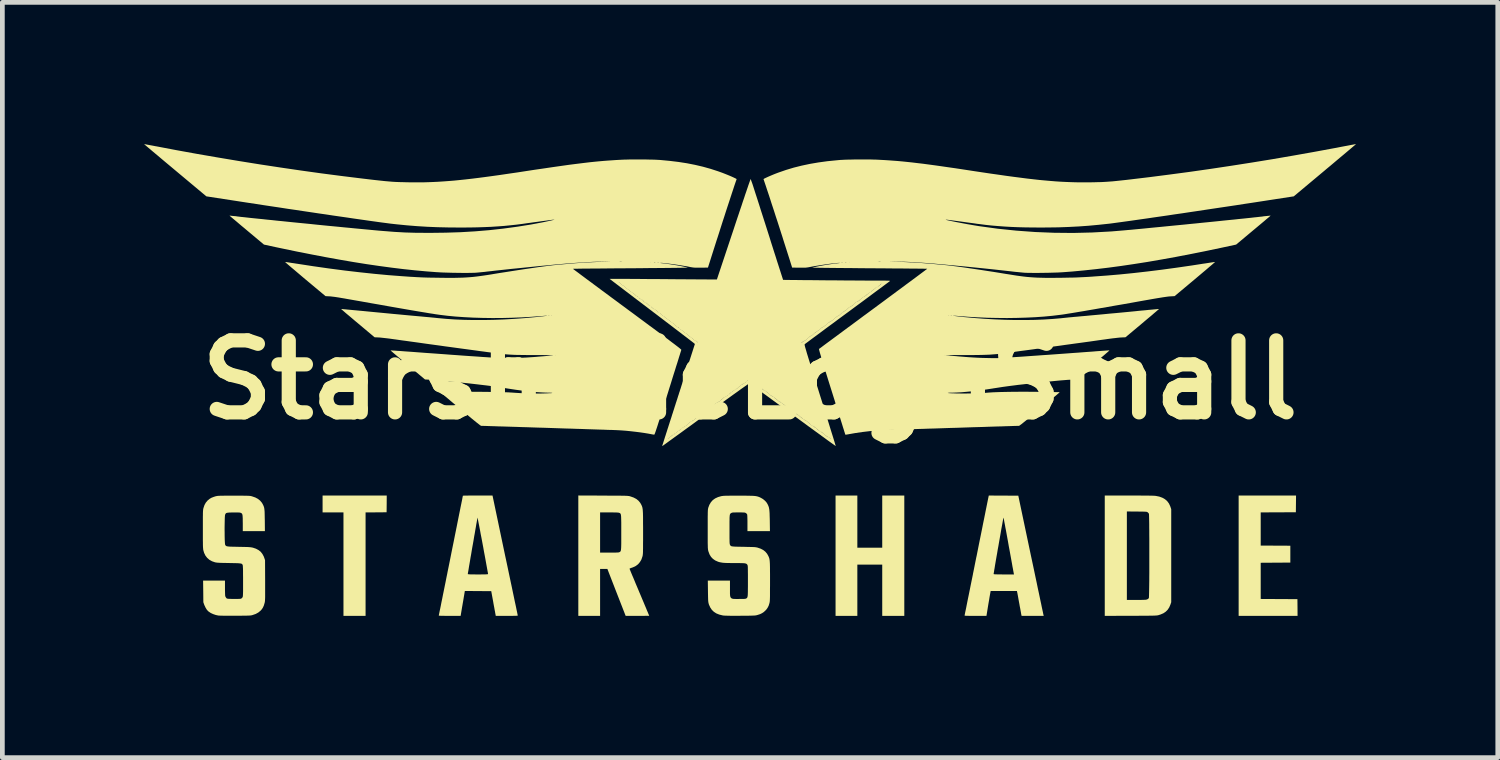
<source format=kicad_pcb>
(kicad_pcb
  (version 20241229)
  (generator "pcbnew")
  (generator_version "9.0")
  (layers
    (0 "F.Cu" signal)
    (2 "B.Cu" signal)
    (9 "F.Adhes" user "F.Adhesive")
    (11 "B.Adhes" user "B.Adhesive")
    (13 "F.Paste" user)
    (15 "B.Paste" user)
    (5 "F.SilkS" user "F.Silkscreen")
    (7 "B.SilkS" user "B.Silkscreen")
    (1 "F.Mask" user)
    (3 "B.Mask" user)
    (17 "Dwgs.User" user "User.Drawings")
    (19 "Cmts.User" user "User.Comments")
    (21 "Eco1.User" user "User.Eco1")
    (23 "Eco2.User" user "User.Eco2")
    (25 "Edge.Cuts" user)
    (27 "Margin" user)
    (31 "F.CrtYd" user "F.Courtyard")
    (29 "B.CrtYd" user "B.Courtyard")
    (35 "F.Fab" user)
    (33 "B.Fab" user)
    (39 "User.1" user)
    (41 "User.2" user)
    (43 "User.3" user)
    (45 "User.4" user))
  (footprint "StarshadeLogoSmall"
    (layer "F.Cu")
    (at 12.823 4.989)
    (property "Reference" "StarshadeLogoSmall" (at 0 0 0) (layer "F.SilkS") (effects (font (size 1.524 1.524) (thickness 0.3))))
    (attr board_only exclude_from_pos_files exclude_from_bom)
    (fp_poly (pts (xy -7.688 2.627) (xy -7.69 2.804) (xy -7.913 2.806) (xy -8.135 2.807) (xy -8.135 4.997) (xy -8.603 4.997) (xy -8.603 2.807) (xy -9.045 2.807) (xy -9.045 2.45) (xy -7.687 2.45)) (stroke (width 0) (type solid)) (fill yes) (layer "F.SilkS"))
    (fp_poly (pts (xy 2.274 3.554) (xy 2.801 3.554) (xy 2.801 2.45) (xy 3.268 2.45) (xy 3.268 4.997) (xy 2.801 4.997) (xy 2.801 3.912) (xy 2.274 3.912) (xy 2.274 4.997) (xy 1.813 4.997) (xy 1.813 2.45) (xy 2.274 2.45)) (stroke (width 0) (type solid)) (fill yes) (layer "F.SilkS"))
    (fp_poly (pts (xy 11.558 2.627) (xy 11.556 2.804) (xy 11.184 2.805) (xy 10.812 2.807) (xy 10.812 3.509) (xy 11.439 3.512) (xy 11.439 3.869) (xy 10.812 3.873) (xy 10.812 4.639) (xy 11.201 4.641) (xy 11.589 4.643) (xy 11.591 4.82) (xy 11.592 4.997) (xy 10.345 4.997) (xy 10.345 2.45) (xy 11.56 2.45)) (stroke (width 0) (type solid)) (fill yes) (layer "F.SilkS"))
    (fp_poly (pts (xy 8.133 2.45) (xy 8.231 2.45) (xy 8.318 2.451) (xy 8.393 2.451) (xy 8.457 2.452) (xy 8.509 2.453) (xy 8.549 2.454) (xy 8.576 2.456) (xy 8.588 2.457) (xy 8.664 2.472) (xy 8.73 2.496) (xy 8.786 2.528) (xy 8.833 2.569) (xy 8.87 2.619) (xy 8.897 2.677) (xy 8.9 2.685) (xy 8.918 2.739) (xy 8.918 4.708) (xy 8.901 4.758) (xy 8.876 4.817) (xy 8.843 4.867) (xy 8.802 4.908) (xy 8.752 4.942) (xy 8.691 4.968) (xy 8.656 4.979) (xy 8.647 4.982) (xy 8.638 4.984) (xy 8.628 4.986) (xy 8.617 4.987) (xy 8.602 4.989) (xy 8.585 4.99) (xy 8.563 4.991) (xy 8.535 4.992) (xy 8.502 4.993) (xy 8.461 4.993) (xy 8.412 4.994) (xy 8.355 4.994) (xy 8.288 4.994) (xy 8.21 4.995) (xy 8.12 4.995) (xy 8.059 4.995) (xy 7.511 4.997) (xy 7.511 2.787) (xy 7.979 2.787) (xy 7.979 4.659) (xy 8.181 4.659) (xy 8.239 4.659) (xy 8.286 4.659) (xy 8.322 4.658) (xy 8.35 4.657) (xy 8.372 4.656) (xy 8.388 4.654) (xy 8.399 4.651) (xy 8.409 4.648) (xy 8.409 4.648) (xy 8.431 4.636) (xy 8.444 4.618) (xy 8.445 4.616) (xy 8.446 4.606) (xy 8.447 4.585) (xy 8.448 4.552) (xy 8.449 4.509) (xy 8.45 4.457) (xy 8.451 4.397) (xy 8.452 4.329) (xy 8.453 4.255) (xy 8.453 4.175) (xy 8.454 4.09) (xy 8.454 4.002) (xy 8.454 3.911) (xy 8.454 3.818) (xy 8.454 3.725) (xy 8.454 3.631) (xy 8.454 3.538) (xy 8.454 3.447) (xy 8.454 3.359) (xy 8.453 3.275) (xy 8.453 3.195) (xy 8.452 3.121) (xy 8.452 3.053) (xy 8.451 2.992) (xy 8.45 2.94) (xy 8.449 2.897) (xy 8.448 2.865) (xy 8.447 2.843) (xy 8.446 2.834) (xy 8.445 2.834) (xy 8.434 2.819) (xy 8.419 2.805) (xy 8.419 2.804) (xy 8.414 2.801) (xy 8.407 2.798) (xy 8.398 2.795) (xy 8.386 2.793) (xy 8.368 2.792) (xy 8.344 2.791) (xy 8.312 2.79) (xy 8.27 2.79) (xy 8.217 2.789) (xy 8.19 2.789) (xy 7.979 2.787) (xy 7.511 2.787) (xy 7.511 2.45) (xy 8.024 2.45)) (stroke (width 0) (type solid)) (fill yes) (layer "F.SilkS"))
    (fp_poly (pts (xy -3.108 2.451) (xy -3.013 2.452) (xy -2.93 2.452) (xy -2.858 2.452) (xy -2.797 2.453) (xy -2.745 2.453) (xy -2.701 2.454) (xy -2.665 2.454) (xy -2.636 2.455) (xy -2.612 2.456) (xy -2.592 2.457) (xy -2.577 2.459) (xy -2.564 2.46) (xy -2.554 2.462) (xy -2.544 2.464) (xy -2.535 2.467) (xy -2.531 2.468) (xy -2.462 2.492) (xy -2.405 2.522) (xy -2.358 2.56) (xy -2.321 2.605) (xy -2.301 2.64) (xy -2.294 2.655) (xy -2.287 2.669) (xy -2.282 2.684) (xy -2.277 2.699) (xy -2.274 2.716) (xy -2.27 2.736) (xy -2.268 2.76) (xy -2.266 2.789) (xy -2.264 2.823) (xy -2.263 2.865) (xy -2.262 2.914) (xy -2.262 2.972) (xy -2.262 3.04) (xy -2.261 3.119) (xy -2.261 3.21) (xy -2.261 3.23) (xy -2.261 3.319) (xy -2.261 3.395) (xy -2.262 3.461) (xy -2.262 3.517) (xy -2.262 3.564) (xy -2.263 3.602) (xy -2.263 3.634) (xy -2.264 3.659) (xy -2.265 3.68) (xy -2.267 3.696) (xy -2.268 3.71) (xy -2.27 3.721) (xy -2.272 3.731) (xy -2.274 3.738) (xy -2.296 3.803) (xy -2.328 3.858) (xy -2.368 3.905) (xy -2.418 3.942) (xy -2.477 3.97) (xy -2.498 3.977) (xy -2.521 3.985) (xy -2.538 3.992) (xy -2.547 3.998) (xy -2.547 3.999) (xy -2.545 4.006) (xy -2.538 4.024) (xy -2.526 4.053) (xy -2.511 4.09) (xy -2.492 4.136) (xy -2.469 4.189) (xy -2.444 4.249) (xy -2.417 4.315) (xy -2.387 4.385) (xy -2.356 4.459) (xy -2.339 4.5) (xy -2.307 4.575) (xy -2.277 4.647) (xy -2.248 4.715) (xy -2.222 4.778) (xy -2.198 4.834) (xy -2.178 4.884) (xy -2.16 4.925) (xy -2.147 4.958) (xy -2.137 4.98) (xy -2.132 4.993) (xy -2.131 4.995) (xy -2.138 4.995) (xy -2.155 4.996) (xy -2.183 4.996) (xy -2.22 4.996) (xy -2.264 4.997) (xy -2.315 4.997) (xy -2.369 4.997) (xy -2.38 4.997) (xy -2.63 4.997) (xy -2.824 4.5) (xy -3.017 4.003) (xy -3.171 4.003) (xy -3.171 4.997) (xy -3.632 4.997) (xy -3.632 3.658) (xy -3.171 3.658) (xy -2.976 3.658) (xy -2.918 3.658) (xy -2.873 3.658) (xy -2.837 3.657) (xy -2.81 3.656) (xy -2.79 3.655) (xy -2.776 3.653) (xy -2.766 3.65) (xy -2.761 3.648) (xy -2.753 3.644) (xy -2.746 3.639) (xy -2.741 3.633) (xy -2.736 3.625) (xy -2.732 3.613) (xy -2.729 3.597) (xy -2.727 3.576) (xy -2.725 3.548) (xy -2.724 3.513) (xy -2.723 3.469) (xy -2.723 3.416) (xy -2.723 3.352) (xy -2.723 3.277) (xy -2.723 3.233) (xy -2.723 3.151) (xy -2.723 3.081) (xy -2.723 3.022) (xy -2.724 2.973) (xy -2.725 2.934) (xy -2.726 2.902) (xy -2.728 2.877) (xy -2.731 2.858) (xy -2.734 2.844) (xy -2.739 2.835) (xy -2.744 2.828) (xy -2.75 2.823) (xy -2.758 2.819) (xy -2.764 2.817) (xy -2.774 2.814) (xy -2.787 2.811) (xy -2.807 2.81) (xy -2.833 2.808) (xy -2.868 2.808) (xy -2.913 2.807) (xy -2.969 2.807) (xy -2.979 2.807) (xy -3.171 2.807) (xy -3.171 3.658) (xy -3.632 3.658) (xy -3.632 2.449)) (stroke (width 0) (type solid)) (fill yes) (layer "F.SilkS"))
    (fp_poly (pts (xy 5.681 2.453) (xy 5.946 3.71) (xy 5.973 3.836) (xy 5.999 3.958) (xy 6.024 4.077) (xy 6.048 4.191) (xy 6.071 4.299) (xy 6.092 4.402) (xy 6.113 4.499) (xy 6.132 4.589) (xy 6.149 4.671) (xy 6.165 4.745) (xy 6.178 4.81) (xy 6.19 4.865) (xy 6.2 4.911) (xy 6.207 4.946) (xy 6.212 4.969) (xy 6.215 4.981) (xy 6.215 4.982) (xy 6.219 4.997) (xy 5.751 4.997) (xy 5.747 4.982) (xy 5.745 4.972) (xy 5.741 4.952) (xy 5.736 4.921) (xy 5.729 4.883) (xy 5.721 4.838) (xy 5.711 4.789) (xy 5.705 4.753) (xy 5.695 4.7) (xy 5.686 4.65) (xy 5.678 4.604) (xy 5.671 4.565) (xy 5.665 4.534) (xy 5.661 4.512) (xy 5.659 4.505) (xy 5.652 4.471) (xy 5.096 4.471) (xy 5.086 4.524) (xy 5.082 4.544) (xy 5.077 4.574) (xy 5.07 4.614) (xy 5.063 4.66) (xy 5.054 4.71) (xy 5.045 4.763) (xy 5.041 4.787) (xy 5.007 4.997) (xy 4.774 4.997) (xy 4.713 4.997) (xy 4.663 4.997) (xy 4.624 4.996) (xy 4.595 4.996) (xy 4.573 4.995) (xy 4.559 4.994) (xy 4.55 4.992) (xy 4.545 4.99) (xy 4.544 4.988) (xy 4.544 4.985) (xy 4.546 4.978) (xy 4.55 4.958) (xy 4.556 4.927) (xy 4.565 4.885) (xy 4.576 4.833) (xy 4.588 4.771) (xy 4.602 4.7) (xy 4.618 4.621) (xy 4.636 4.534) (xy 4.655 4.44) (xy 4.675 4.339) (xy 4.697 4.232) (xy 4.72 4.12) (xy 4.721 4.111) (xy 5.159 4.111) (xy 5.162 4.114) (xy 5.171 4.116) (xy 5.187 4.117) (xy 5.212 4.118) (xy 5.245 4.119) (xy 5.29 4.119) (xy 5.345 4.12) (xy 5.374 4.12) (xy 5.59 4.12) (xy 5.586 4.105) (xy 5.585 4.097) (xy 5.581 4.076) (xy 5.575 4.045) (xy 5.568 4.004) (xy 5.558 3.954) (xy 5.548 3.895) (xy 5.536 3.829) (xy 5.523 3.757) (xy 5.509 3.68) (xy 5.494 3.598) (xy 5.478 3.513) (xy 5.477 3.506) (xy 5.462 3.42) (xy 5.447 3.338) (xy 5.433 3.261) (xy 5.42 3.189) (xy 5.407 3.124) (xy 5.397 3.066) (xy 5.387 3.016) (xy 5.38 2.975) (xy 5.374 2.944) (xy 5.369 2.924) (xy 5.367 2.916) (xy 5.367 2.916) (xy 5.366 2.922) (xy 5.362 2.939) (xy 5.357 2.967) (xy 5.35 3.005) (xy 5.342 3.051) (xy 5.332 3.104) (xy 5.321 3.164) (xy 5.31 3.23) (xy 5.298 3.299) (xy 5.285 3.372) (xy 5.272 3.446) (xy 5.259 3.522) (xy 5.245 3.597) (xy 5.233 3.671) (xy 5.22 3.743) (xy 5.208 3.812) (xy 5.197 3.876) (xy 5.187 3.935) (xy 5.179 3.987) (xy 5.171 4.031) (xy 5.166 4.067) (xy 5.161 4.093) (xy 5.159 4.108) (xy 5.159 4.111) (xy 4.721 4.111) (xy 4.743 4.003) (xy 4.767 3.882) (xy 4.792 3.757) (xy 4.799 3.727) (xy 4.824 3.601) (xy 4.848 3.479) (xy 4.872 3.361) (xy 4.895 3.248) (xy 4.917 3.139) (xy 4.937 3.037) (xy 4.957 2.94) (xy 4.975 2.851) (xy 4.991 2.77) (xy 5.006 2.696) (xy 5.019 2.632) (xy 5.03 2.577) (xy 5.039 2.532) (xy 5.046 2.498) (xy 5.051 2.476) (xy 5.053 2.465) (xy 5.053 2.464) (xy 5.057 2.45)) (stroke (width 0) (type solid)) (fill yes) (layer "F.SilkS"))
    (fp_poly (pts (xy -5.448 2.45) (xy -5.183 3.712) (xy -5.156 3.838) (xy -5.13 3.96) (xy -5.105 4.079) (xy -5.081 4.193) (xy -5.058 4.302) (xy -5.036 4.405) (xy -5.016 4.502) (xy -4.997 4.592) (xy -4.98 4.674) (xy -4.964 4.748) (xy -4.95 4.813) (xy -4.939 4.868) (xy -4.929 4.914) (xy -4.922 4.949) (xy -4.917 4.973) (xy -4.914 4.984) (xy -4.914 4.985) (xy -4.914 4.988) (xy -4.916 4.991) (xy -4.922 4.993) (xy -4.932 4.994) (xy -4.948 4.995) (xy -4.972 4.996) (xy -5.004 4.996) (xy -5.046 4.997) (xy -5.098 4.997) (xy -5.145 4.997) (xy -5.38 4.997) (xy -5.383 4.976) (xy -5.385 4.965) (xy -5.39 4.942) (xy -5.395 4.91) (xy -5.403 4.87) (xy -5.411 4.824) (xy -5.421 4.772) (xy -5.431 4.717) (xy -5.431 4.714) (xy -5.475 4.474) (xy -5.755 4.472) (xy -6.034 4.47) (xy -6.045 4.537) (xy -6.049 4.561) (xy -6.055 4.595) (xy -6.062 4.638) (xy -6.07 4.686) (xy -6.079 4.737) (xy -6.088 4.79) (xy -6.09 4.8) (xy -6.123 4.997) (xy -6.356 4.997) (xy -6.419 4.997) (xy -6.471 4.996) (xy -6.511 4.996) (xy -6.542 4.995) (xy -6.564 4.994) (xy -6.577 4.993) (xy -6.584 4.991) (xy -6.586 4.989) (xy -6.584 4.982) (xy -6.58 4.963) (xy -6.574 4.932) (xy -6.566 4.892) (xy -6.555 4.841) (xy -6.543 4.782) (xy -6.53 4.714) (xy -6.514 4.638) (xy -6.498 4.556) (xy -6.48 4.468) (xy -6.461 4.374) (xy -6.441 4.276) (xy -6.421 4.174) (xy -6.408 4.112) (xy -5.972 4.112) (xy -5.968 4.114) (xy -5.955 4.116) (xy -5.933 4.118) (xy -5.902 4.119) (xy -5.859 4.119) (xy -5.805 4.12) (xy -5.757 4.12) (xy -5.696 4.12) (xy -5.647 4.119) (xy -5.609 4.119) (xy -5.58 4.118) (xy -5.561 4.116) (xy -5.549 4.115) (xy -5.543 4.113) (xy -5.543 4.111) (xy -5.544 4.102) (xy -5.547 4.081) (xy -5.553 4.05) (xy -5.56 4.01) (xy -5.569 3.961) (xy -5.579 3.906) (xy -5.59 3.845) (xy -5.602 3.778) (xy -5.615 3.708) (xy -5.629 3.635) (xy -5.642 3.56) (xy -5.656 3.485) (xy -5.67 3.41) (xy -5.684 3.336) (xy -5.698 3.266) (xy -5.71 3.198) (xy -5.722 3.136) (xy -5.733 3.079) (xy -5.743 3.029) (xy -5.751 2.987) (xy -5.758 2.954) (xy -5.762 2.931) (xy -5.765 2.919) (xy -5.766 2.918) (xy -5.767 2.925) (xy -5.771 2.944) (xy -5.776 2.974) (xy -5.783 3.014) (xy -5.792 3.062) (xy -5.801 3.117) (xy -5.812 3.178) (xy -5.823 3.245) (xy -5.836 3.315) (xy -5.848 3.389) (xy -5.861 3.464) (xy -5.875 3.54) (xy -5.888 3.616) (xy -5.9 3.69) (xy -5.913 3.761) (xy -5.924 3.829) (xy -5.935 3.893) (xy -5.945 3.95) (xy -5.953 4.001) (xy -5.96 4.043) (xy -5.966 4.076) (xy -5.97 4.099) (xy -5.971 4.111) (xy -5.972 4.112) (xy -6.408 4.112) (xy -6.4 4.069) (xy -6.378 3.962) (xy -6.356 3.853) (xy -6.334 3.743) (xy -6.312 3.632) (xy -6.29 3.523) (xy -6.268 3.415) (xy -6.247 3.309) (xy -6.226 3.205) (xy -6.206 3.106) (xy -6.187 3.01) (xy -6.169 2.92) (xy -6.152 2.835) (xy -6.136 2.757) (xy -6.122 2.686) (xy -6.109 2.623) (xy -6.098 2.569) (xy -6.089 2.525) (xy -6.083 2.49) (xy -6.078 2.467) (xy -6.076 2.455) (xy -6.075 2.454) (xy -6.069 2.453) (xy -6.051 2.452) (xy -6.023 2.451) (xy -5.985 2.451) (xy -5.939 2.45) (xy -5.887 2.45) (xy -5.829 2.45) (xy -5.766 2.45) (xy -5.762 2.45)) (stroke (width 0) (type solid)) (fill yes) (layer "F.SilkS"))
    (fp_poly (pts (xy -10.851 2.453) (xy -10.788 2.453) (xy -10.735 2.453) (xy -10.692 2.454) (xy -10.657 2.454) (xy -10.629 2.455) (xy -10.606 2.456) (xy -10.588 2.457) (xy -10.574 2.459) (xy -10.561 2.461) (xy -10.55 2.464) (xy -10.538 2.467) (xy -10.536 2.468) (xy -10.469 2.491) (xy -10.413 2.521) (xy -10.367 2.558) (xy -10.33 2.602) (xy -10.314 2.629) (xy -10.304 2.649) (xy -10.295 2.668) (xy -10.288 2.687) (xy -10.282 2.707) (xy -10.278 2.73) (xy -10.275 2.758) (xy -10.272 2.792) (xy -10.271 2.833) (xy -10.27 2.884) (xy -10.269 2.945) (xy -10.268 2.974) (xy -10.266 3.203) (xy -10.734 3.203) (xy -10.734 3.038) (xy -10.735 2.98) (xy -10.735 2.935) (xy -10.737 2.899) (xy -10.739 2.872) (xy -10.743 2.853) (xy -10.748 2.839) (xy -10.756 2.829) (xy -10.765 2.822) (xy -10.777 2.816) (xy -10.788 2.813) (xy -10.802 2.81) (xy -10.822 2.809) (xy -10.849 2.808) (xy -10.885 2.808) (xy -10.933 2.808) (xy -10.936 2.808) (xy -10.984 2.809) (xy -11.022 2.81) (xy -11.05 2.813) (xy -11.07 2.816) (xy -11.084 2.821) (xy -11.094 2.829) (xy -11.101 2.84) (xy -11.107 2.854) (xy -11.109 2.857) (xy -11.111 2.869) (xy -11.113 2.893) (xy -11.115 2.926) (xy -11.116 2.967) (xy -11.117 3.015) (xy -11.118 3.067) (xy -11.119 3.123) (xy -11.119 3.18) (xy -11.118 3.236) (xy -11.118 3.291) (xy -11.117 3.342) (xy -11.116 3.388) (xy -11.114 3.427) (xy -11.112 3.458) (xy -11.11 3.478) (xy -11.109 3.486) (xy -11.104 3.497) (xy -11.099 3.506) (xy -11.092 3.513) (xy -11.083 3.519) (xy -11.069 3.524) (xy -11.051 3.527) (xy -11.026 3.53) (xy -10.993 3.532) (xy -10.951 3.533) (xy -10.899 3.534) (xy -10.835 3.535) (xy -10.819 3.536) (xy -10.755 3.537) (xy -10.702 3.538) (xy -10.66 3.539) (xy -10.625 3.54) (xy -10.598 3.542) (xy -10.576 3.544) (xy -10.558 3.546) (xy -10.542 3.549) (xy -10.527 3.552) (xy -10.521 3.553) (xy -10.456 3.575) (xy -10.401 3.604) (xy -10.355 3.64) (xy -10.319 3.686) (xy -10.29 3.74) (xy -10.281 3.764) (xy -10.263 3.817) (xy -10.261 4.245) (xy -10.261 4.331) (xy -10.261 4.404) (xy -10.261 4.467) (xy -10.261 4.519) (xy -10.261 4.563) (xy -10.261 4.599) (xy -10.262 4.628) (xy -10.263 4.652) (xy -10.264 4.67) (xy -10.265 4.686) (xy -10.267 4.698) (xy -10.269 4.71) (xy -10.271 4.72) (xy -10.273 4.726) (xy -10.289 4.78) (xy -10.31 4.825) (xy -10.336 4.863) (xy -10.358 4.887) (xy -10.404 4.925) (xy -10.46 4.956) (xy -10.526 4.979) (xy -10.537 4.982) (xy -10.549 4.985) (xy -10.562 4.987) (xy -10.578 4.989) (xy -10.597 4.99) (xy -10.62 4.991) (xy -10.65 4.992) (xy -10.688 4.993) (xy -10.734 4.993) (xy -10.79 4.994) (xy -10.857 4.994) (xy -10.894 4.994) (xy -10.958 4.994) (xy -11.02 4.994) (xy -11.077 4.994) (xy -11.129 4.994) (xy -11.174 4.993) (xy -11.21 4.992) (xy -11.236 4.991) (xy -11.25 4.99) (xy -11.251 4.99) (xy -11.307 4.978) (xy -11.362 4.959) (xy -11.412 4.936) (xy -11.454 4.908) (xy -11.471 4.894) (xy -11.499 4.861) (xy -11.524 4.819) (xy -11.546 4.772) (xy -11.551 4.759) (xy -11.569 4.708) (xy -11.571 4.479) (xy -11.574 4.25) (xy -11.111 4.25) (xy -11.111 4.404) (xy -11.111 4.449) (xy -11.11 4.491) (xy -11.109 4.527) (xy -11.108 4.556) (xy -11.106 4.576) (xy -11.105 4.581) (xy -11.095 4.602) (xy -11.082 4.62) (xy -11.082 4.62) (xy -11.076 4.626) (xy -11.069 4.63) (xy -11.061 4.632) (xy -11.048 4.635) (xy -11.029 4.636) (xy -11.002 4.637) (xy -10.966 4.638) (xy -10.927 4.638) (xy -10.878 4.639) (xy -10.836 4.638) (xy -10.804 4.637) (xy -10.781 4.635) (xy -10.771 4.633) (xy -10.756 4.623) (xy -10.742 4.608) (xy -10.741 4.605) (xy -10.738 4.6) (xy -10.736 4.594) (xy -10.733 4.586) (xy -10.732 4.575) (xy -10.731 4.56) (xy -10.73 4.539) (xy -10.729 4.512) (xy -10.728 4.477) (xy -10.728 4.433) (xy -10.728 4.38) (xy -10.728 4.315) (xy -10.728 4.265) (xy -10.728 4.179) (xy -10.729 4.105) (xy -10.729 4.044) (xy -10.73 3.995) (xy -10.732 3.959) (xy -10.733 3.936) (xy -10.735 3.926) (xy -10.739 3.916) (xy -10.743 3.907) (xy -10.749 3.9) (xy -10.758 3.894) (xy -10.771 3.89) (xy -10.79 3.887) (xy -10.815 3.884) (xy -10.847 3.882) (xy -10.889 3.881) (xy -10.941 3.88) (xy -11.004 3.879) (xy -11.027 3.878) (xy -11.094 3.877) (xy -11.15 3.876) (xy -11.196 3.875) (xy -11.233 3.873) (xy -11.262 3.872) (xy -11.284 3.869) (xy -11.302 3.867) (xy -11.316 3.864) (xy -11.319 3.864) (xy -11.385 3.841) (xy -11.441 3.81) (xy -11.487 3.77) (xy -11.525 3.721) (xy -11.553 3.663) (xy -11.569 3.608) (xy -11.571 3.597) (xy -11.573 3.584) (xy -11.574 3.567) (xy -11.576 3.546) (xy -11.577 3.52) (xy -11.578 3.488) (xy -11.578 3.448) (xy -11.579 3.4) (xy -11.579 3.342) (xy -11.579 3.274) (xy -11.579 3.194) (xy -11.579 3.163) (xy -11.579 3.08) (xy -11.579 3.01) (xy -11.579 2.95) (xy -11.579 2.9) (xy -11.578 2.859) (xy -11.578 2.825) (xy -11.577 2.798) (xy -11.576 2.776) (xy -11.574 2.759) (xy -11.573 2.744) (xy -11.571 2.732) (xy -11.568 2.721) (xy -11.566 2.713) (xy -11.545 2.651) (xy -11.516 2.599) (xy -11.478 2.554) (xy -11.474 2.551) (xy -11.438 2.521) (xy -11.397 2.497) (xy -11.348 2.478) (xy -11.314 2.467) (xy -11.302 2.464) (xy -11.291 2.462) (xy -11.279 2.459) (xy -11.265 2.458) (xy -11.247 2.456) (xy -11.225 2.455) (xy -11.198 2.454) (xy -11.163 2.454) (xy -11.12 2.453) (xy -11.068 2.453) (xy -11.006 2.453) (xy -10.931 2.453) (xy -10.926 2.453)) (stroke (width 0) (type solid)) (fill yes) (layer "F.SilkS"))
    (fp_poly (pts (xy -0.158 2.453) (xy -0.09 2.453) (xy -0.032 2.454) (xy 0.016 2.455) (xy 0.056 2.456) (xy 0.09 2.458) (xy 0.118 2.461) (xy 0.141 2.465) (xy 0.162 2.47) (xy 0.181 2.476) (xy 0.2 2.483) (xy 0.219 2.492) (xy 0.233 2.499) (xy 0.276 2.524) (xy 0.317 2.558) (xy 0.351 2.595) (xy 0.373 2.631) (xy 0.384 2.654) (xy 0.393 2.675) (xy 0.401 2.698) (xy 0.406 2.723) (xy 0.411 2.751) (xy 0.414 2.786) (xy 0.417 2.827) (xy 0.418 2.877) (xy 0.42 2.937) (xy 0.421 2.984) (xy 0.424 3.203) (xy -0.052 3.203) (xy -0.052 3.035) (xy -0.052 2.988) (xy -0.053 2.945) (xy -0.054 2.907) (xy -0.055 2.878) (xy -0.057 2.858) (xy -0.058 2.85) (xy -0.068 2.835) (xy -0.084 2.822) (xy -0.086 2.82) (xy -0.094 2.816) (xy -0.104 2.812) (xy -0.116 2.81) (xy -0.134 2.809) (xy -0.158 2.808) (xy -0.192 2.807) (xy -0.237 2.807) (xy -0.24 2.807) (xy -0.286 2.807) (xy -0.32 2.808) (xy -0.346 2.808) (xy -0.364 2.81) (xy -0.377 2.812) (xy -0.386 2.815) (xy -0.394 2.82) (xy -0.403 2.825) (xy -0.41 2.83) (xy -0.416 2.836) (xy -0.421 2.845) (xy -0.424 2.856) (xy -0.427 2.872) (xy -0.429 2.894) (xy -0.431 2.922) (xy -0.431 2.959) (xy -0.432 3.004) (xy -0.432 3.059) (xy -0.432 3.126) (xy -0.432 3.168) (xy -0.432 3.239) (xy -0.432 3.299) (xy -0.432 3.348) (xy -0.431 3.387) (xy -0.431 3.418) (xy -0.43 3.442) (xy -0.429 3.46) (xy -0.427 3.473) (xy -0.425 3.483) (xy -0.423 3.49) (xy -0.421 3.494) (xy -0.415 3.503) (xy -0.41 3.511) (xy -0.403 3.517) (xy -0.393 3.522) (xy -0.38 3.525) (xy -0.361 3.528) (xy -0.335 3.53) (xy -0.302 3.532) (xy -0.26 3.533) (xy -0.207 3.534) (xy -0.143 3.535) (xy -0.133 3.535) (xy -0.069 3.537) (xy -0.016 3.538) (xy 0.027 3.539) (xy 0.061 3.54) (xy 0.089 3.541) (xy 0.11 3.543) (xy 0.128 3.545) (xy 0.143 3.548) (xy 0.157 3.551) (xy 0.164 3.553) (xy 0.228 3.575) (xy 0.282 3.603) (xy 0.326 3.638) (xy 0.362 3.68) (xy 0.379 3.709) (xy 0.388 3.726) (xy 0.396 3.742) (xy 0.402 3.757) (xy 0.408 3.772) (xy 0.412 3.789) (xy 0.416 3.809) (xy 0.419 3.833) (xy 0.421 3.861) (xy 0.423 3.896) (xy 0.424 3.937) (xy 0.425 3.986) (xy 0.425 4.044) (xy 0.426 4.112) (xy 0.426 4.192) (xy 0.426 4.263) (xy 0.426 4.348) (xy 0.425 4.421) (xy 0.425 4.483) (xy 0.425 4.536) (xy 0.425 4.579) (xy 0.424 4.615) (xy 0.423 4.644) (xy 0.422 4.667) (xy 0.421 4.685) (xy 0.419 4.7) (xy 0.417 4.712) (xy 0.415 4.722) (xy 0.414 4.726) (xy 0.398 4.779) (xy 0.376 4.823) (xy 0.348 4.863) (xy 0.325 4.887) (xy 0.292 4.917) (xy 0.257 4.94) (xy 0.216 4.96) (xy 0.167 4.976) (xy 0.157 4.979) (xy 0.145 4.982) (xy 0.133 4.985) (xy 0.12 4.987) (xy 0.105 4.989) (xy 0.086 4.99) (xy 0.062 4.991) (xy 0.032 4.992) (xy -0.005 4.993) (xy -0.051 4.994) (xy -0.107 4.994) (xy -0.174 4.994) (xy -0.211 4.995) (xy -0.289 4.995) (xy -0.355 4.995) (xy -0.411 4.995) (xy -0.456 4.994) (xy -0.494 4.993) (xy -0.523 4.992) (xy -0.547 4.991) (xy -0.565 4.989) (xy -0.578 4.987) (xy -0.65 4.969) (xy -0.712 4.944) (xy -0.764 4.91) (xy -0.806 4.869) (xy -0.84 4.818) (xy -0.867 4.758) (xy -0.874 4.734) (xy -0.877 4.721) (xy -0.88 4.706) (xy -0.882 4.687) (xy -0.884 4.662) (xy -0.885 4.631) (xy -0.886 4.591) (xy -0.887 4.541) (xy -0.888 4.48) (xy -0.888 4.472) (xy -0.891 4.25) (xy -0.422 4.25) (xy -0.422 4.416) (xy -0.422 4.475) (xy -0.422 4.524) (xy -0.42 4.561) (xy -0.415 4.59) (xy -0.406 4.61) (xy -0.392 4.624) (xy -0.372 4.633) (xy -0.345 4.638) (xy -0.31 4.639) (xy -0.265 4.64) (xy -0.23 4.639) (xy -0.184 4.639) (xy -0.149 4.639) (xy -0.122 4.638) (xy -0.104 4.636) (xy -0.091 4.634) (xy -0.081 4.631) (xy -0.078 4.628) (xy -0.07 4.624) (xy -0.063 4.619) (xy -0.058 4.612) (xy -0.054 4.603) (xy -0.05 4.59) (xy -0.047 4.572) (xy -0.045 4.549) (xy -0.044 4.518) (xy -0.043 4.48) (xy -0.043 4.433) (xy -0.042 4.375) (xy -0.042 4.306) (xy -0.042 4.256) (xy -0.042 4.183) (xy -0.042 4.121) (xy -0.043 4.07) (xy -0.043 4.029) (xy -0.044 3.997) (xy -0.044 3.972) (xy -0.045 3.953) (xy -0.047 3.939) (xy -0.048 3.929) (xy -0.051 3.922) (xy -0.053 3.917) (xy -0.054 3.916) (xy -0.061 3.906) (xy -0.068 3.899) (xy -0.078 3.893) (xy -0.092 3.888) (xy -0.11 3.884) (xy -0.134 3.882) (xy -0.166 3.881) (xy -0.207 3.88) (xy -0.259 3.879) (xy -0.321 3.879) (xy -0.392 3.879) (xy -0.452 3.878) (xy -0.501 3.877) (xy -0.543 3.875) (xy -0.578 3.872) (xy -0.607 3.867) (xy -0.634 3.862) (xy -0.658 3.856) (xy -0.678 3.849) (xy -0.736 3.823) (xy -0.784 3.789) (xy -0.823 3.748) (xy -0.854 3.697) (xy -0.877 3.636) (xy -0.882 3.619) (xy -0.884 3.61) (xy -0.886 3.599) (xy -0.888 3.586) (xy -0.889 3.57) (xy -0.891 3.549) (xy -0.891 3.523) (xy -0.892 3.491) (xy -0.893 3.451) (xy -0.893 3.403) (xy -0.893 3.346) (xy -0.893 3.277) (xy -0.893 3.198) (xy -0.893 3.164) (xy -0.893 3.08) (xy -0.893 3.008) (xy -0.893 2.947) (xy -0.893 2.895) (xy -0.892 2.853) (xy -0.892 2.818) (xy -0.891 2.79) (xy -0.89 2.768) (xy -0.889 2.75) (xy -0.887 2.737) (xy -0.885 2.725) (xy -0.883 2.715) (xy -0.882 2.71) (xy -0.858 2.646) (xy -0.826 2.592) (xy -0.786 2.547) (xy -0.736 2.511) (xy -0.676 2.483) (xy -0.614 2.465) (xy -0.601 2.462) (xy -0.587 2.46) (xy -0.572 2.458) (xy -0.553 2.456) (xy -0.529 2.455) (xy -0.5 2.454) (xy -0.464 2.454) (xy -0.419 2.453) (xy -0.365 2.453) (xy -0.301 2.453) (xy -0.237 2.453)) (stroke (width 0) (type solid)) (fill yes) (layer "F.SilkS"))
    (fp_poly (pts (xy 12.825 -4.985) (xy 12.811 -4.972) (xy 12.788 -4.953) (xy 12.757 -4.927) (xy 12.718 -4.894) (xy 12.672 -4.855) (xy 12.62 -4.811) (xy 12.562 -4.762) (xy 12.498 -4.709) (xy 12.429 -4.651) (xy 12.357 -4.59) (xy 12.281 -4.526) (xy 12.201 -4.46) (xy 12.172 -4.435) (xy 11.512 -3.883) (xy 10.953 -3.797) (xy 10.792 -3.772) (xy 10.629 -3.747) (xy 10.463 -3.722) (xy 10.297 -3.696) (xy 10.129 -3.671) (xy 9.961 -3.646) (xy 9.794 -3.621) (xy 9.627 -3.596) (xy 9.463 -3.571) (xy 9.301 -3.547) (xy 9.142 -3.523) (xy 8.987 -3.501) (xy 8.836 -3.478) (xy 8.69 -3.457) (xy 8.55 -3.437) (xy 8.416 -3.417) (xy 8.289 -3.399) (xy 8.17 -3.382) (xy 8.059 -3.366) (xy 7.957 -3.352) (xy 7.864 -3.339) (xy 7.782 -3.328) (xy 7.71 -3.318) (xy 7.65 -3.31) (xy 7.603 -3.304) (xy 7.601 -3.304) (xy 7.385 -3.281) (xy 7.172 -3.261) (xy 6.961 -3.246) (xy 6.748 -3.235) (xy 6.53 -3.227) (xy 6.304 -3.224) (xy 6.166 -3.223) (xy 5.992 -3.224) (xy 5.828 -3.226) (xy 5.674 -3.23) (xy 5.528 -3.236) (xy 5.388 -3.244) (xy 5.253 -3.254) (xy 5.121 -3.265) (xy 4.99 -3.279) (xy 4.858 -3.296) (xy 4.815 -3.301) (xy 4.748 -3.311) (xy 4.674 -3.321) (xy 4.597 -3.331) (xy 4.52 -3.342) (xy 4.447 -3.352) (xy 4.382 -3.361) (xy 4.364 -3.363) (xy 4.313 -3.37) (xy 4.266 -3.376) (xy 4.224 -3.382) (xy 4.189 -3.386) (xy 4.163 -3.389) (xy 4.148 -3.39) (xy 4.144 -3.39) (xy 4.146 -3.388) (xy 4.16 -3.383) (xy 4.184 -3.377) (xy 4.217 -3.37) (xy 4.259 -3.361) (xy 4.307 -3.351) (xy 4.361 -3.34) (xy 4.419 -3.329) (xy 4.481 -3.317) (xy 4.545 -3.305) (xy 4.609 -3.293) (xy 4.674 -3.282) (xy 4.737 -3.271) (xy 4.797 -3.261) (xy 4.852 -3.252) (xy 5.245 -3.198) (xy 5.641 -3.157) (xy 6.039 -3.128) (xy 6.439 -3.112) (xy 6.84 -3.108) (xy 7.243 -3.118) (xy 7.647 -3.14) (xy 7.911 -3.162) (xy 7.987 -3.169) (xy 8.071 -3.176) (xy 8.162 -3.185) (xy 8.259 -3.194) (xy 8.363 -3.204) (xy 8.471 -3.215) (xy 8.584 -3.226) (xy 8.7 -3.237) (xy 8.82 -3.249) (xy 8.942 -3.261) (xy 9.066 -3.273) (xy 9.191 -3.285) (xy 9.316 -3.298) (xy 9.441 -3.31) (xy 9.565 -3.323) (xy 9.687 -3.335) (xy 9.807 -3.347) (xy 9.924 -3.359) (xy 10.037 -3.371) (xy 10.146 -3.382) (xy 10.25 -3.392) (xy 10.349 -3.403) (xy 10.441 -3.412) (xy 10.525 -3.421) (xy 10.603 -3.429) (xy 10.671 -3.437) (xy 10.731 -3.443) (xy 10.781 -3.449) (xy 10.821 -3.453) (xy 10.849 -3.456) (xy 10.866 -3.459) (xy 10.87 -3.46) (xy 10.878 -3.461) (xy 10.896 -3.463) (xy 10.92 -3.465) (xy 10.929 -3.466) (xy 10.957 -3.469) (xy 10.983 -3.471) (xy 11.001 -3.474) (xy 11.004 -3.474) (xy 11.017 -3.476) (xy 11.019 -3.473) (xy 11.014 -3.468) (xy 11.007 -3.462) (xy 10.992 -3.448) (xy 10.968 -3.428) (xy 10.936 -3.402) (xy 10.898 -3.369) (xy 10.854 -3.332) (xy 10.805 -3.291) (xy 10.751 -3.246) (xy 10.695 -3.199) (xy 10.648 -3.16) (xy 10.292 -2.862) (xy 9.995 -2.798) (xy 9.657 -2.727) (xy 9.331 -2.662) (xy 9.016 -2.601) (xy 8.711 -2.546) (xy 8.416 -2.495) (xy 8.13 -2.45) (xy 7.853 -2.409) (xy 7.585 -2.373) (xy 7.324 -2.342) (xy 7.071 -2.315) (xy 6.824 -2.292) (xy 6.625 -2.277) (xy 6.575 -2.274) (xy 6.516 -2.271) (xy 6.451 -2.269) (xy 6.381 -2.267) (xy 6.307 -2.265) (xy 6.231 -2.264) (xy 6.156 -2.263) (xy 6.083 -2.262) (xy 6.013 -2.262) (xy 5.949 -2.263) (xy 5.892 -2.263) (xy 5.845 -2.265) (xy 5.808 -2.266) (xy 5.802 -2.267) (xy 5.771 -2.27) (xy 5.729 -2.274) (xy 5.68 -2.279) (xy 5.626 -2.284) (xy 5.57 -2.29) (xy 5.515 -2.297) (xy 5.513 -2.297) (xy 5.413 -2.308) (xy 5.304 -2.32) (xy 5.188 -2.333) (xy 5.066 -2.346) (xy 4.941 -2.359) (xy 4.812 -2.372) (xy 4.683 -2.385) (xy 4.554 -2.398) (xy 4.426 -2.41) (xy 4.302 -2.422) (xy 4.182 -2.433) (xy 4.069 -2.444) (xy 3.963 -2.453) (xy 3.866 -2.462) (xy 3.78 -2.469) (xy 3.733 -2.472) (xy 3.617 -2.48) (xy 3.499 -2.488) (xy 3.383 -2.494) (xy 3.271 -2.499) (xy 3.166 -2.502) (xy 3.073 -2.504) (xy 3.031 -2.505) (xy 2.997 -2.505) (xy 2.972 -2.505) (xy 2.957 -2.505) (xy 2.952 -2.505) (xy 2.96 -2.504) (xy 2.963 -2.504) (xy 3.094 -2.5) (xy 3.214 -2.495) (xy 3.325 -2.49) (xy 3.431 -2.484) (xy 3.532 -2.478) (xy 3.632 -2.472) (xy 3.733 -2.464) (xy 3.836 -2.456) (xy 3.945 -2.446) (xy 4.061 -2.435) (xy 4.149 -2.427) (xy 4.206 -2.421) (xy 4.276 -2.412) (xy 4.357 -2.402) (xy 4.447 -2.39) (xy 4.547 -2.376) (xy 4.655 -2.36) (xy 4.77 -2.343) (xy 4.892 -2.325) (xy 5.019 -2.305) (xy 5.151 -2.285) (xy 5.287 -2.263) (xy 5.425 -2.24) (xy 5.459 -2.235) (xy 5.554 -2.22) (xy 5.641 -2.206) (xy 5.721 -2.195) (xy 5.797 -2.185) (xy 5.87 -2.177) (xy 5.941 -2.171) (xy 6.013 -2.166) (xy 6.088 -2.162) (xy 6.166 -2.16) (xy 6.25 -2.158) (xy 6.342 -2.158) (xy 6.443 -2.158) (xy 6.556 -2.159) (xy 6.56 -2.159) (xy 6.647 -2.16) (xy 6.724 -2.162) (xy 6.793 -2.163) (xy 6.856 -2.164) (xy 6.916 -2.166) (xy 6.975 -2.169) (xy 7.036 -2.172) (xy 7.1 -2.175) (xy 7.171 -2.179) (xy 7.25 -2.184) (xy 7.284 -2.187) (xy 7.551 -2.206) (xy 7.83 -2.23) (xy 8.118 -2.259) (xy 8.417 -2.293) (xy 8.724 -2.331) (xy 9.039 -2.374) (xy 9.362 -2.421) (xy 9.593 -2.457) (xy 9.649 -2.465) (xy 9.7 -2.473) (xy 9.745 -2.48) (xy 9.784 -2.486) (xy 9.814 -2.49) (xy 9.835 -2.493) (xy 9.845 -2.494) (xy 9.845 -2.494) (xy 9.841 -2.489) (xy 9.828 -2.477) (xy 9.806 -2.458) (xy 9.776 -2.432) (xy 9.739 -2.401) (xy 9.696 -2.364) (xy 9.647 -2.322) (xy 9.593 -2.277) (xy 9.534 -2.227) (xy 9.472 -2.175) (xy 9.42 -2.131) (xy 8.99 -1.771) (xy 8.902 -1.766) (xy 8.884 -1.765) (xy 8.862 -1.763) (xy 8.838 -1.76) (xy 8.808 -1.756) (xy 8.774 -1.751) (xy 8.733 -1.745) (xy 8.685 -1.737) (xy 8.629 -1.728) (xy 8.564 -1.717) (xy 8.489 -1.704) (xy 8.404 -1.689) (xy 8.307 -1.672) (xy 8.245 -1.661) (xy 8.057 -1.627) (xy 7.882 -1.596) (xy 7.718 -1.568) (xy 7.567 -1.541) (xy 7.426 -1.517) (xy 7.297 -1.494) (xy 7.179 -1.474) (xy 7.071 -1.455) (xy 6.973 -1.439) (xy 6.885 -1.424) (xy 6.806 -1.411) (xy 6.736 -1.4) (xy 6.675 -1.39) (xy 6.623 -1.382) (xy 6.578 -1.376) (xy 6.569 -1.375) (xy 6.404 -1.355) (xy 6.227 -1.338) (xy 6.041 -1.325) (xy 5.848 -1.316) (xy 5.648 -1.31) (xy 5.444 -1.307) (xy 5.237 -1.309) (xy 5.029 -1.313) (xy 4.821 -1.322) (xy 4.615 -1.334) (xy 4.429 -1.349) (xy 4.378 -1.353) (xy 4.339 -1.356) (xy 4.313 -1.357) (xy 4.299 -1.358) (xy 4.296 -1.357) (xy 4.306 -1.355) (xy 4.326 -1.352) (xy 4.357 -1.348) (xy 4.398 -1.343) (xy 4.45 -1.337) (xy 4.511 -1.331) (xy 4.522 -1.329) (xy 4.742 -1.309) (xy 4.962 -1.292) (xy 5.183 -1.279) (xy 5.401 -1.27) (xy 5.615 -1.265) (xy 5.825 -1.265) (xy 6.029 -1.268) (xy 6.225 -1.276) (xy 6.412 -1.288) (xy 6.588 -1.303) (xy 6.612 -1.306) (xy 6.651 -1.31) (xy 6.7 -1.315) (xy 6.755 -1.321) (xy 6.814 -1.326) (xy 6.872 -1.332) (xy 6.914 -1.335) (xy 7.007 -1.344) (xy 7.112 -1.353) (xy 7.226 -1.364) (xy 7.348 -1.375) (xy 7.477 -1.387) (xy 7.609 -1.4) (xy 7.745 -1.412) (xy 7.882 -1.425) (xy 8.018 -1.438) (xy 8.152 -1.451) (xy 8.226 -1.459) (xy 8.299 -1.466) (xy 8.369 -1.472) (xy 8.434 -1.479) (xy 8.492 -1.484) (xy 8.544 -1.489) (xy 8.587 -1.493) (xy 8.621 -1.496) (xy 8.645 -1.498) (xy 8.658 -1.499) (xy 8.66 -1.499) (xy 8.655 -1.494) (xy 8.641 -1.482) (xy 8.619 -1.463) (xy 8.59 -1.438) (xy 8.553 -1.407) (xy 8.511 -1.37) (xy 8.463 -1.33) (xy 8.41 -1.286) (xy 8.354 -1.239) (xy 8.306 -1.198) (xy 7.95 -0.9) (xy 7.859 -0.896) (xy 7.829 -0.894) (xy 7.789 -0.89) (xy 7.739 -0.884) (xy 7.683 -0.878) (xy 7.621 -0.87) (xy 7.556 -0.861) (xy 7.515 -0.855) (xy 7.446 -0.846) (xy 7.37 -0.835) (xy 7.286 -0.823) (xy 7.196 -0.81) (xy 7.1 -0.797) (xy 6.999 -0.783) (xy 6.895 -0.769) (xy 6.787 -0.754) (xy 6.677 -0.739) (xy 6.566 -0.723) (xy 6.454 -0.708) (xy 6.343 -0.693) (xy 6.232 -0.678) (xy 6.123 -0.663) (xy 6.018 -0.648) (xy 5.915 -0.634) (xy 5.818 -0.621) (xy 5.725 -0.609) (xy 5.639 -0.597) (xy 5.559 -0.586) (xy 5.488 -0.577) (xy 5.425 -0.569) (xy 5.372 -0.561) (xy 5.329 -0.556) (xy 5.297 -0.552) (xy 5.277 -0.55) (xy 5.276 -0.549) (xy 5.225 -0.544) (xy 5.174 -0.54) (xy 5.124 -0.536) (xy 5.073 -0.532) (xy 5.019 -0.53) (xy 4.96 -0.528) (xy 4.896 -0.526) (xy 4.824 -0.525) (xy 4.745 -0.524) (xy 4.655 -0.523) (xy 4.553 -0.523) (xy 4.544 -0.523) (xy 4.473 -0.523) (xy 4.406 -0.523) (xy 4.344 -0.523) (xy 4.288 -0.523) (xy 4.24 -0.523) (xy 4.2 -0.522) (xy 4.17 -0.522) (xy 4.15 -0.522) (xy 4.142 -0.522) (xy 4.141 -0.522) (xy 4.148 -0.521) (xy 4.167 -0.518) (xy 4.194 -0.516) (xy 4.23 -0.512) (xy 4.273 -0.508) (xy 4.32 -0.504) (xy 4.37 -0.5) (xy 4.421 -0.495) (xy 4.473 -0.491) (xy 4.522 -0.487) (xy 4.569 -0.483) (xy 4.61 -0.48) (xy 4.639 -0.478) (xy 4.732 -0.472) (xy 4.827 -0.467) (xy 4.922 -0.463) (xy 5.015 -0.461) (xy 5.103 -0.459) (xy 5.185 -0.459) (xy 5.259 -0.459) (xy 5.318 -0.461) (xy 5.341 -0.462) (xy 5.376 -0.465) (xy 5.421 -0.467) (xy 5.478 -0.471) (xy 5.543 -0.476) (xy 5.617 -0.481) (xy 5.699 -0.486) (xy 5.787 -0.492) (xy 5.882 -0.499) (xy 5.981 -0.506) (xy 6.084 -0.513) (xy 6.191 -0.521) (xy 6.3 -0.528) (xy 6.41 -0.536) (xy 6.521 -0.544) (xy 6.631 -0.552) (xy 6.74 -0.56) (xy 6.847 -0.568) (xy 6.951 -0.575) (xy 7.051 -0.583) (xy 7.147 -0.59) (xy 7.236 -0.596) (xy 7.319 -0.603) (xy 7.345 -0.605) (xy 7.402 -0.609) (xy 7.455 -0.613) (xy 7.502 -0.616) (xy 7.542 -0.619) (xy 7.575 -0.621) (xy 7.597 -0.622) (xy 7.609 -0.622) (xy 7.61 -0.622) (xy 7.607 -0.618) (xy 7.594 -0.606) (xy 7.574 -0.588) (xy 7.547 -0.565) (xy 7.515 -0.537) (xy 7.478 -0.505) (xy 7.448 -0.48) (xy 7.402 -0.441) (xy 7.348 -0.397) (xy 7.29 -0.348) (xy 7.23 -0.297) (xy 7.17 -0.247) (xy 7.114 -0.2) (xy 7.082 -0.173) (xy 6.883 -0.007) (xy 6.76 -0.0004) (xy 6.715 0.002) (xy 6.658 0.007) (xy 6.591 0.012) (xy 6.516 0.019) (xy 6.433 0.027) (xy 6.345 0.036) (xy 6.251 0.045) (xy 6.155 0.055) (xy 6.057 0.065) (xy 5.959 0.076) (xy 5.862 0.087) (xy 5.767 0.098) (xy 5.676 0.108) (xy 5.591 0.119) (xy 5.512 0.129) (xy 5.452 0.137) (xy 5.402 0.144) (xy 5.343 0.152) (xy 5.28 0.162) (xy 5.216 0.172) (xy 5.156 0.181) (xy 5.133 0.185) (xy 5.022 0.202) (xy 4.909 0.218) (xy 4.796 0.233) (xy 4.685 0.245) (xy 4.578 0.255) (xy 4.477 0.264) (xy 4.383 0.269) (xy 4.299 0.272) (xy 4.255 0.273) (xy 4.228 0.273) (xy 4.205 0.275) (xy 4.191 0.277) (xy 4.188 0.279) (xy 4.194 0.28) (xy 4.21 0.282) (xy 4.237 0.284) (xy 4.273 0.286) (xy 4.316 0.287) (xy 4.365 0.289) (xy 4.378 0.289) (xy 4.447 0.29) (xy 4.522 0.291) (xy 4.602 0.29) (xy 4.683 0.289) (xy 4.764 0.287) (xy 4.841 0.284) (xy 4.912 0.281) (xy 4.976 0.277) (xy 5.024 0.273) (xy 5.077 0.269) (xy 5.142 0.265) (xy 5.218 0.262) (xy 5.304 0.259) (xy 5.399 0.257) (xy 5.502 0.255) (xy 5.612 0.254) (xy 5.727 0.253) (xy 5.847 0.253) (xy 5.972 0.254) (xy 6.099 0.255) (xy 6.228 0.256) (xy 6.318 0.258) (xy 6.557 0.262) (xy 6.539 0.28) (xy 6.531 0.287) (xy 6.514 0.301) (xy 6.489 0.323) (xy 6.456 0.351) (xy 6.416 0.384) (xy 6.37 0.423) (xy 6.319 0.466) (xy 6.264 0.512) (xy 6.204 0.562) (xy 6.142 0.614) (xy 6.116 0.636) (xy 6.03 0.707) (xy 5.955 0.77) (xy 5.889 0.825) (xy 5.832 0.871) (xy 5.786 0.908) (xy 5.749 0.938) (xy 5.721 0.958) (xy 5.704 0.971) (xy 5.697 0.974) (xy 5.688 0.975) (xy 5.667 0.975) (xy 5.635 0.976) (xy 5.591 0.977) (xy 5.538 0.979) (xy 5.475 0.981) (xy 5.404 0.983) (xy 5.325 0.986) (xy 5.238 0.988) (xy 5.145 0.991) (xy 5.046 0.994) (xy 4.942 0.998) (xy 4.834 1.001) (xy 4.723 1.004) (xy 4.608 1.008) (xy 4.491 1.012) (xy 4.373 1.016) (xy 4.254 1.019) (xy 4.135 1.023) (xy 4.017 1.027) (xy 3.9 1.031) (xy 3.785 1.034) (xy 3.674 1.038) (xy 3.565 1.041) (xy 3.462 1.045) (xy 3.363 1.048) (xy 3.27 1.051) (xy 3.184 1.054) (xy 3.104 1.056) (xy 3.033 1.059) (xy 2.97 1.061) (xy 2.917 1.063) (xy 2.874 1.064) (xy 2.842 1.065) (xy 2.821 1.066) (xy 2.683 1.074) (xy 2.536 1.087) (xy 2.383 1.105) (xy 2.227 1.128) (xy 2.102 1.15) (xy 2.069 1.156) (xy 2.046 1.16) (xy 2.032 1.162) (xy 2.024 1.162) (xy 2.02 1.16) (xy 2.018 1.157) (xy 2.018 1.155) (xy 2.015 1.148) (xy 2.01 1.129) (xy 2 1.099) (xy 1.988 1.059) (xy 1.972 1.01) (xy 1.954 0.951) (xy 1.933 0.884) (xy 1.91 0.81) (xy 1.884 0.729) (xy 1.857 0.642) (xy 1.828 0.549) (xy 1.798 0.452) (xy 1.766 0.35) (xy 1.735 0.251) (xy 1.695 0.124) (xy 1.659 0.009) (xy 1.627 -0.094) (xy 1.598 -0.187) (xy 1.573 -0.269) (xy 1.551 -0.342) (xy 1.531 -0.405) (xy 1.515 -0.46) (xy 1.501 -0.507) (xy 1.496 -0.523) (xy 4.126 -0.523) (xy 4.129 -0.52) (xy 4.133 -0.523) (xy 4.129 -0.526) (xy 4.126 -0.523) (xy 1.496 -0.523) (xy 1.489 -0.546) (xy 1.48 -0.578) (xy 1.473 -0.604) (xy 1.468 -0.623) (xy 1.464 -0.638) (xy 1.463 -0.647) (xy 1.463 -0.652) (xy 1.463 -0.653) (xy 1.469 -0.658) (xy 1.485 -0.669) (xy 1.511 -0.688) (xy 1.545 -0.714) (xy 1.588 -0.746) (xy 1.639 -0.784) (xy 1.698 -0.827) (xy 1.764 -0.876) (xy 1.836 -0.929) (xy 1.914 -0.987) (xy 1.999 -1.05) (xy 2.088 -1.116) (xy 2.182 -1.185) (xy 2.281 -1.258) (xy 2.383 -1.334) (xy 2.419 -1.361) (xy 4.249 -1.361) (xy 4.258 -1.36) (xy 4.263 -1.36) (xy 4.274 -1.36) (xy 4.276 -1.362) (xy 4.274 -1.363) (xy 4.257 -1.364) (xy 4.251 -1.363) (xy 4.249 -1.361) (xy 2.419 -1.361) (xy 2.431 -1.369) (xy 4.206 -1.369) (xy 4.207 -1.365) (xy 4.211 -1.365) (xy 4.216 -1.367) (xy 4.215 -1.369) (xy 4.207 -1.37) (xy 4.206 -1.369) (xy 2.431 -1.369) (xy 2.488 -1.411) (xy 2.596 -1.491) (xy 2.614 -1.504) (xy 2.722 -1.584) (xy 2.828 -1.662) (xy 2.93 -1.738) (xy 3.029 -1.811) (xy 3.123 -1.881) (xy 3.213 -1.947) (xy 3.297 -2.01) (xy 3.376 -2.068) (xy 3.449 -2.122) (xy 3.515 -2.171) (xy 3.574 -2.215) (xy 3.626 -2.254) (xy 3.669 -2.286) (xy 3.704 -2.312) (xy 3.73 -2.332) (xy 3.747 -2.344) (xy 3.754 -2.35) (xy 3.754 -2.35) (xy 3.747 -2.35) (xy 3.728 -2.351) (xy 3.698 -2.351) (xy 3.657 -2.352) (xy 3.605 -2.352) (xy 3.545 -2.353) (xy 3.476 -2.353) (xy 3.399 -2.354) (xy 3.314 -2.355) (xy 3.224 -2.356) (xy 3.128 -2.356) (xy 3.027 -2.357) (xy 2.921 -2.358) (xy 2.836 -2.359) (xy 2.662 -2.36) (xy 2.497 -2.361) (xy 2.342 -2.362) (xy 2.197 -2.364) (xy 2.062 -2.365) (xy 1.938 -2.366) (xy 1.825 -2.367) (xy 1.722 -2.368) (xy 1.63 -2.369) (xy 1.55 -2.37) (xy 1.482 -2.371) (xy 1.425 -2.372) (xy 1.38 -2.373) (xy 1.348 -2.374) (xy 1.328 -2.375) (xy 1.321 -2.375) (xy 1.321 -2.376) (xy 1.328 -2.377) (xy 1.345 -2.382) (xy 1.372 -2.387) (xy 1.405 -2.394) (xy 1.443 -2.402) (xy 1.453 -2.404) (xy 1.516 -2.416) (xy 1.584 -2.428) (xy 1.653 -2.439) (xy 1.72 -2.449) (xy 1.782 -2.458) (xy 1.836 -2.464) (xy 1.862 -2.467) (xy 1.884 -2.469) (xy 1.9 -2.472) (xy 1.906 -2.474) (xy 1.905 -2.474) (xy 1.892 -2.475) (xy 1.868 -2.474) (xy 1.835 -2.472) (xy 1.793 -2.467) (xy 1.744 -2.462) (xy 1.69 -2.455) (xy 1.631 -2.447) (xy 1.571 -2.438) (xy 1.51 -2.429) (xy 1.449 -2.419) (xy 1.391 -2.41) (xy 1.336 -2.4) (xy 1.289 -2.391) (xy 1.257 -2.385) (xy 1.23 -2.38) (xy 1.207 -2.377) (xy 1.183 -2.374) (xy 1.156 -2.373) (xy 1.125 -2.373) (xy 1.085 -2.373) (xy 1.043 -2.373) (xy 0.894 -2.375) (xy 0.861 -2.479) (xy 1.932 -2.479) (xy 1.94 -2.478) (xy 1.949 -2.477) (xy 1.963 -2.478) (xy 1.967 -2.479) (xy 1.964 -2.48) (xy 1.945 -2.481) (xy 1.935 -2.48) (xy 1.932 -2.479) (xy 0.861 -2.479) (xy 0.859 -2.485) (xy 2.014 -2.485) (xy 2.023 -2.484) (xy 2.027 -2.484) (xy 2.039 -2.484) (xy 2.041 -2.486) (xy 2.039 -2.487) (xy 2.022 -2.488) (xy 2.016 -2.487) (xy 2.014 -2.485) (xy 0.859 -2.485) (xy 0.857 -2.492) (xy 2.105 -2.492) (xy 2.109 -2.489) (xy 2.112 -2.492) (xy 2.109 -2.495) (xy 2.105 -2.492) (xy 0.857 -2.492) (xy 0.851 -2.512) (xy 2.708 -2.512) (xy 2.713 -2.511) (xy 2.729 -2.511) (xy 2.742 -2.51) (xy 2.763 -2.511) (xy 2.775 -2.511) (xy 2.775 -2.512) (xy 2.77 -2.513) (xy 2.744 -2.514) (xy 2.717 -2.513) (xy 2.714 -2.513) (xy 2.708 -2.512) (xy 0.851 -2.512) (xy 0.711 -2.95) (xy 0.688 -3.025) (xy 0.662 -3.105) (xy 0.635 -3.19) (xy 0.607 -3.277) (xy 0.578 -3.367) (xy 0.548 -3.457) (xy 0.519 -3.548) (xy 0.49 -3.637) (xy 0.461 -3.724) (xy 0.434 -3.809) (xy 0.408 -3.889) (xy 0.383 -3.964) (xy 0.36 -4.032) (xy 0.34 -4.094) (xy 0.322 -4.147) (xy 0.307 -4.191) (xy 0.296 -4.225) (xy 0.288 -4.247) (xy 0.293 -4.252) (xy 0.308 -4.261) (xy 0.333 -4.273) (xy 0.365 -4.288) (xy 0.403 -4.305) (xy 0.445 -4.323) (xy 0.49 -4.342) (xy 0.537 -4.361) (xy 0.584 -4.379) (xy 0.606 -4.387) (xy 0.765 -4.442) (xy 0.928 -4.491) (xy 1.096 -4.533) (xy 1.27 -4.57) (xy 1.452 -4.601) (xy 1.642 -4.627) (xy 1.843 -4.647) (xy 1.907 -4.653) (xy 1.948 -4.655) (xy 2 -4.658) (xy 2.061 -4.66) (xy 2.129 -4.661) (xy 2.202 -4.663) (xy 2.277 -4.664) (xy 2.354 -4.664) (xy 2.429 -4.664) (xy 2.501 -4.664) (xy 2.568 -4.663) (xy 2.628 -4.661) (xy 2.677 -4.66) (xy 2.771 -4.655) (xy 2.863 -4.65) (xy 2.955 -4.644) (xy 3.047 -4.637) (xy 3.14 -4.63) (xy 3.236 -4.621) (xy 3.334 -4.611) (xy 3.437 -4.6) (xy 3.544 -4.587) (xy 3.657 -4.574) (xy 3.777 -4.558) (xy 3.904 -4.541) (xy 4.039 -4.522) (xy 4.183 -4.501) (xy 4.338 -4.479) (xy 4.503 -4.454) (xy 4.68 -4.427) (xy 4.698 -4.424) (xy 4.897 -4.394) (xy 5.085 -4.366) (xy 5.262 -4.341) (xy 5.428 -4.317) (xy 5.584 -4.296) (xy 5.732 -4.277) (xy 5.871 -4.259) (xy 6.003 -4.244) (xy 6.128 -4.23) (xy 6.248 -4.219) (xy 6.362 -4.209) (xy 6.472 -4.2) (xy 6.578 -4.193) (xy 6.682 -4.188) (xy 6.784 -4.184) (xy 6.884 -4.181) (xy 6.984 -4.179) (xy 7.084 -4.179) (xy 7.185 -4.18) (xy 7.209 -4.18) (xy 7.281 -4.181) (xy 7.345 -4.183) (xy 7.404 -4.184) (xy 7.459 -4.186) (xy 7.511 -4.189) (xy 7.563 -4.192) (xy 7.616 -4.196) (xy 7.672 -4.2) (xy 7.733 -4.206) (xy 7.799 -4.213) (xy 7.874 -4.221) (xy 7.958 -4.23) (xy 8.044 -4.24) (xy 8.454 -4.289) (xy 8.873 -4.343) (xy 9.301 -4.4) (xy 9.735 -4.462) (xy 10.174 -4.528) (xy 10.615 -4.597) (xy 11.057 -4.669) (xy 11.498 -4.745) (xy 11.937 -4.823) (xy 12.37 -4.903) (xy 12.573 -4.942) (xy 12.628 -4.952) (xy 12.68 -4.962) (xy 12.726 -4.971) (xy 12.766 -4.978) (xy 12.797 -4.984) (xy 12.818 -4.987) (xy 12.829 -4.989) (xy 12.83 -4.989)) (stroke (width 0) (type solid)) (fill yes) (layer "F.SilkS"))
    (fp_poly (pts (xy -12.817 -4.988) (xy -12.799 -4.985) (xy -12.771 -4.98) (xy -12.734 -4.973) (xy -12.691 -4.965) (xy -12.641 -4.956) (xy -12.586 -4.945) (xy -12.566 -4.942) (xy -12.135 -4.86) (xy -11.699 -4.781) (xy -11.259 -4.705) (xy -10.817 -4.631) (xy -10.375 -4.56) (xy -9.935 -4.493) (xy -9.498 -4.429) (xy -9.067 -4.369) (xy -8.644 -4.314) (xy -8.23 -4.263) (xy -8.038 -4.24) (xy -7.943 -4.229) (xy -7.86 -4.22) (xy -7.786 -4.212) (xy -7.72 -4.205) (xy -7.66 -4.2) (xy -7.604 -4.195) (xy -7.552 -4.191) (xy -7.5 -4.188) (xy -7.447 -4.186) (xy -7.392 -4.184) (xy -7.333 -4.183) (xy -7.268 -4.181) (xy -7.203 -4.18) (xy -7.101 -4.179) (xy -7 -4.179) (xy -6.899 -4.18) (xy -6.798 -4.183) (xy -6.697 -4.187) (xy -6.593 -4.192) (xy -6.487 -4.199) (xy -6.378 -4.207) (xy -6.264 -4.216) (xy -6.145 -4.228) (xy -6.021 -4.241) (xy -5.89 -4.256) (xy -5.752 -4.273) (xy -5.606 -4.292) (xy -5.451 -4.313) (xy -5.286 -4.336) (xy -5.111 -4.362) (xy -4.924 -4.389) (xy -4.73 -4.419) (xy -4.553 -4.446) (xy -4.387 -4.47) (xy -4.232 -4.493) (xy -4.087 -4.514) (xy -3.952 -4.533) (xy -3.826 -4.551) (xy -3.707 -4.566) (xy -3.595 -4.58) (xy -3.489 -4.593) (xy -3.388 -4.605) (xy -3.292 -4.615) (xy -3.199 -4.624) (xy -3.108 -4.632) (xy -3.02 -4.639) (xy -2.932 -4.645) (xy -2.844 -4.651) (xy -2.756 -4.656) (xy -2.671 -4.66) (xy -2.62 -4.661) (xy -2.559 -4.663) (xy -2.492 -4.664) (xy -2.42 -4.664) (xy -2.344 -4.664) (xy -2.268 -4.663) (xy -2.192 -4.663) (xy -2.119 -4.661) (xy -2.052 -4.66) (xy -1.991 -4.658) (xy -1.94 -4.655) (xy -1.901 -4.653) (xy -1.7 -4.634) (xy -1.511 -4.611) (xy -1.331 -4.583) (xy -1.159 -4.549) (xy -0.993 -4.51) (xy -0.832 -4.465) (xy -0.675 -4.414) (xy -0.622 -4.395) (xy -0.575 -4.378) (xy -0.527 -4.359) (xy -0.479 -4.34) (xy -0.433 -4.321) (xy -0.391 -4.303) (xy -0.353 -4.286) (xy -0.322 -4.271) (xy -0.299 -4.26) (xy -0.285 -4.251) (xy -0.281 -4.247) (xy -0.289 -4.224) (xy -0.301 -4.19) (xy -0.316 -4.146) (xy -0.334 -4.093) (xy -0.354 -4.031) (xy -0.377 -3.962) (xy -0.402 -3.886) (xy -0.428 -3.806) (xy -0.456 -3.721) (xy -0.485 -3.633) (xy -0.514 -3.544) (xy -0.543 -3.453) (xy -0.573 -3.362) (xy -0.602 -3.271) (xy -0.63 -3.183) (xy -0.657 -3.098) (xy -0.683 -3.017) (xy -0.702 -2.96) (xy -0.888 -2.375) (xy -1.036 -2.373) (xy -1.085 -2.373) (xy -1.123 -2.373) (xy -1.154 -2.373) (xy -1.18 -2.375) (xy -1.204 -2.377) (xy -1.228 -2.381) (xy -1.255 -2.385) (xy -1.283 -2.391) (xy -1.333 -2.401) (xy -1.388 -2.41) (xy -1.447 -2.42) (xy -1.507 -2.43) (xy -1.569 -2.439) (xy -1.629 -2.448) (xy -1.687 -2.455) (xy -1.741 -2.462) (xy -1.789 -2.468) (xy -1.831 -2.472) (xy -1.864 -2.475) (xy -1.887 -2.475) (xy -1.898 -2.474) (xy -1.897 -2.472) (xy -1.884 -2.47) (xy -1.864 -2.468) (xy -1.855 -2.467) (xy -1.807 -2.462) (xy -1.749 -2.454) (xy -1.684 -2.445) (xy -1.616 -2.434) (xy -1.547 -2.423) (xy -1.48 -2.411) (xy -1.446 -2.404) (xy -1.407 -2.396) (xy -1.372 -2.389) (xy -1.344 -2.383) (xy -1.324 -2.378) (xy -1.315 -2.376) (xy -1.314 -2.376) (xy -1.32 -2.375) (xy -1.338 -2.374) (xy -1.37 -2.373) (xy -1.413 -2.372) (xy -1.468 -2.371) (xy -1.536 -2.37) (xy -1.614 -2.369) (xy -1.705 -2.368) (xy -1.806 -2.367) (xy -1.919 -2.366) (xy -2.042 -2.365) (xy -2.175 -2.364) (xy -2.319 -2.362) (xy -2.473 -2.361) (xy -2.636 -2.36) (xy -2.809 -2.359) (xy -2.829 -2.359) (xy -2.937 -2.358) (xy -3.042 -2.357) (xy -3.142 -2.356) (xy -3.237 -2.355) (xy -3.326 -2.355) (xy -3.409 -2.354) (xy -3.484 -2.353) (xy -3.552 -2.353) (xy -3.61 -2.352) (xy -3.66 -2.351) (xy -3.699 -2.351) (xy -3.727 -2.35) (xy -3.743 -2.35) (xy -3.747 -2.35) (xy -3.742 -2.346) (xy -3.727 -2.334) (xy -3.703 -2.316) (xy -3.669 -2.291) (xy -3.627 -2.26) (xy -3.577 -2.222) (xy -3.519 -2.179) (xy -3.455 -2.131) (xy -3.383 -2.078) (xy -3.305 -2.02) (xy -3.221 -1.958) (xy -3.133 -1.892) (xy -3.039 -1.823) (xy -2.941 -1.75) (xy -2.839 -1.675) (xy -2.734 -1.597) (xy -2.625 -1.517) (xy -2.599 -1.497) (xy -2.468 -1.401) (xy -2.347 -1.311) (xy -2.236 -1.229) (xy -2.134 -1.153) (xy -2.041 -1.085) (xy -1.956 -1.022) (xy -1.88 -0.965) (xy -1.812 -0.914) (xy -1.75 -0.869) (xy -1.696 -0.828) (xy -1.649 -0.792) (xy -1.607 -0.761) (xy -1.572 -0.734) (xy -1.542 -0.711) (xy -1.517 -0.692) (xy -1.497 -0.676) (xy -1.481 -0.663) (xy -1.469 -0.652) (xy -1.46 -0.645) (xy -1.455 -0.639) (xy -1.452 -0.636) (xy -1.452 -0.634) (xy -1.454 -0.626) (xy -1.46 -0.607) (xy -1.47 -0.576) (xy -1.482 -0.536) (xy -1.498 -0.486) (xy -1.516 -0.427) (xy -1.537 -0.359) (xy -1.561 -0.285) (xy -1.586 -0.203) (xy -1.614 -0.116) (xy -1.643 -0.023) (xy -1.673 0.075) (xy -1.705 0.176) (xy -1.734 0.27) (xy -1.773 0.394) (xy -1.808 0.507) (xy -1.84 0.609) (xy -1.869 0.7) (xy -1.894 0.78) (xy -1.917 0.851) (xy -1.937 0.913) (xy -1.954 0.967) (xy -1.969 1.013) (xy -1.982 1.051) (xy -1.992 1.082) (xy -2.001 1.108) (xy -2.008 1.127) (xy -2.014 1.142) (xy -2.018 1.152) (xy -2.022 1.158) (xy -2.024 1.161) (xy -2.025 1.161) (xy -2.037 1.16) (xy -2.058 1.157) (xy -2.079 1.153) (xy -2.153 1.139) (xy -2.238 1.125) (xy -2.329 1.112) (xy -2.425 1.1) (xy -2.522 1.089) (xy -2.618 1.079) (xy -2.709 1.072) (xy -2.793 1.067) (xy -2.815 1.066) (xy -2.836 1.065) (xy -2.868 1.064) (xy -2.912 1.062) (xy -2.965 1.061) (xy -3.028 1.059) (xy -3.099 1.056) (xy -3.178 1.054) (xy -3.265 1.051) (xy -3.358 1.048) (xy -3.457 1.045) (xy -3.561 1.041) (xy -3.669 1.038) (xy -3.781 1.034) (xy -3.895 1.031) (xy -4.012 1.027) (xy -4.13 1.023) (xy -4.249 1.019) (xy -4.368 1.015) (xy -4.486 1.012) (xy -4.603 1.008) (xy -4.718 1.004) (xy -4.83 1.001) (xy -4.938 0.997) (xy -5.041 0.994) (xy -5.14 0.991) (xy -5.233 0.988) (xy -5.32 0.986) (xy -5.399 0.983) (xy -5.47 0.981) (xy -5.533 0.979) (xy -5.586 0.977) (xy -5.629 0.976) (xy -5.661 0.975) (xy -5.682 0.975) (xy -5.69 0.974) (xy -5.698 0.97) (xy -5.716 0.958) (xy -5.744 0.936) (xy -5.781 0.907) (xy -5.829 0.868) (xy -5.886 0.822) (xy -5.953 0.766) (xy -6.029 0.703) (xy -6.109 0.636) (xy -6.172 0.583) (xy -6.233 0.532) (xy -6.29 0.485) (xy -6.343 0.44) (xy -6.391 0.399) (xy -6.434 0.364) (xy -6.47 0.333) (xy -6.498 0.309) (xy -6.519 0.292) (xy -6.531 0.281) (xy -6.533 0.279) (xy -6.551 0.261) (xy -6.227 0.257) (xy -6.135 0.255) (xy -6.039 0.255) (xy -5.941 0.254) (xy -5.842 0.254) (xy -5.743 0.254) (xy -5.645 0.255) (xy -5.55 0.256) (xy -5.459 0.257) (xy -5.373 0.258) (xy -5.294 0.26) (xy -5.222 0.262) (xy -5.159 0.264) (xy -5.107 0.266) (xy -5.066 0.269) (xy -5.059 0.269) (xy -4.943 0.277) (xy -4.82 0.284) (xy -4.693 0.288) (xy -4.567 0.291) (xy -4.446 0.291) (xy -4.371 0.289) (xy -4.321 0.288) (xy -4.277 0.286) (xy -4.239 0.284) (xy -4.21 0.283) (xy -4.19 0.281) (xy -4.182 0.279) (xy -4.182 0.279) (xy -4.189 0.276) (xy -4.207 0.274) (xy -4.232 0.273) (xy -4.248 0.273) (xy -4.326 0.271) (xy -4.414 0.267) (xy -4.511 0.261) (xy -4.615 0.251) (xy -4.724 0.24) (xy -4.836 0.227) (xy -4.949 0.212) (xy -5.062 0.195) (xy -5.127 0.185) (xy -5.183 0.176) (xy -5.246 0.166) (xy -5.31 0.156) (xy -5.371 0.147) (xy -5.425 0.139) (xy -5.445 0.137) (xy -5.517 0.127) (xy -5.597 0.117) (xy -5.683 0.107) (xy -5.774 0.096) (xy -5.87 0.085) (xy -5.967 0.074) (xy -6.065 0.064) (xy -6.163 0.053) (xy -6.259 0.044) (xy -6.352 0.034) (xy -6.439 0.026) (xy -6.521 0.018) (xy -6.596 0.011) (xy -6.661 0.006) (xy -6.716 0.002) (xy -6.754 -0.000402) (xy -6.877 -0.007) (xy -7.056 -0.157) (xy -7.107 -0.2) (xy -7.166 -0.249) (xy -7.228 -0.301) (xy -7.291 -0.354) (xy -7.351 -0.405) (xy -7.407 -0.451) (xy -7.422 -0.464) (xy -7.464 -0.499) (xy -7.502 -0.531) (xy -7.536 -0.56) (xy -7.565 -0.585) (xy -7.587 -0.604) (xy -7.601 -0.617) (xy -7.606 -0.622) (xy -7.606 -0.622) (xy -7.6 -0.622) (xy -7.581 -0.621) (xy -7.552 -0.619) (xy -7.512 -0.617) (xy -7.464 -0.613) (xy -7.409 -0.61) (xy -7.347 -0.605) (xy -7.279 -0.6) (xy -7.207 -0.595) (xy -7.163 -0.592) (xy -7.017 -0.581) (xy -6.872 -0.57) (xy -6.729 -0.56) (xy -6.59 -0.55) (xy -6.453 -0.54) (xy -6.321 -0.53) (xy -6.194 -0.521) (xy -6.073 -0.512) (xy -5.958 -0.504) (xy -5.85 -0.497) (xy -5.749 -0.49) (xy -5.656 -0.483) (xy -5.573 -0.478) (xy -5.499 -0.473) (xy -5.435 -0.469) (xy -5.383 -0.465) (xy -5.341 -0.463) (xy -5.313 -0.461) (xy -5.312 -0.461) (xy -5.251 -0.459) (xy -5.179 -0.459) (xy -5.098 -0.459) (xy -5.012 -0.461) (xy -4.921 -0.463) (xy -4.829 -0.467) (xy -4.737 -0.471) (xy -4.648 -0.477) (xy -4.633 -0.478) (xy -4.585 -0.481) (xy -4.531 -0.485) (xy -4.475 -0.49) (xy -4.417 -0.495) (xy -4.361 -0.499) (xy -4.307 -0.504) (xy -4.259 -0.509) (xy -4.217 -0.513) (xy -4.185 -0.516) (xy -4.163 -0.519) (xy -4.163 -0.519) (xy -4.163 -0.519) (xy -4.176 -0.52) (xy -4.2 -0.521) (xy -4.233 -0.521) (xy -4.276 -0.522) (xy -4.327 -0.522) (xy -4.385 -0.523) (xy -4.439 -0.523) (xy -4.126 -0.523) (xy -4.123 -0.52) (xy -4.12 -0.523) (xy -4.123 -0.526) (xy -4.126 -0.523) (xy -4.439 -0.523) (xy -4.449 -0.523) (xy -4.518 -0.523) (xy -4.536 -0.523) (xy -4.639 -0.523) (xy -4.73 -0.524) (xy -4.81 -0.525) (xy -4.882 -0.526) (xy -4.947 -0.527) (xy -5.006 -0.529) (xy -5.061 -0.532) (xy -5.112 -0.535) (xy -5.162 -0.539) (xy -5.212 -0.544) (xy -5.264 -0.549) (xy -5.27 -0.549) (xy -5.289 -0.552) (xy -5.321 -0.556) (xy -5.363 -0.561) (xy -5.417 -0.568) (xy -5.479 -0.577) (xy -5.55 -0.586) (xy -5.63 -0.597) (xy -5.716 -0.608) (xy -5.808 -0.621) (xy -5.905 -0.634) (xy -6.008 -0.648) (xy -6.113 -0.662) (xy -6.222 -0.677) (xy -6.332 -0.692) (xy -6.444 -0.707) (xy -6.556 -0.723) (xy -6.667 -0.738) (xy -6.777 -0.753) (xy -6.885 -0.768) (xy -6.989 -0.783) (xy -7.09 -0.797) (xy -7.186 -0.81) (xy -7.277 -0.823) (xy -7.361 -0.834) (xy -7.437 -0.845) (xy -7.506 -0.855) (xy -7.508 -0.855) (xy -7.574 -0.864) (xy -7.638 -0.873) (xy -7.698 -0.88) (xy -7.752 -0.886) (xy -7.798 -0.891) (xy -7.835 -0.895) (xy -7.853 -0.896) (xy -7.944 -0.9) (xy -8.299 -1.198) (xy -8.358 -1.247) (xy -8.413 -1.294) (xy -8.465 -1.338) (xy -8.512 -1.377) (xy -8.554 -1.412) (xy -8.589 -1.443) (xy -8.617 -1.467) (xy -8.638 -1.485) (xy -8.65 -1.496) (xy -8.653 -1.499) (xy -8.647 -1.498) (xy -8.628 -1.497) (xy -8.599 -1.494) (xy -8.56 -1.491) (xy -8.512 -1.486) (xy -8.457 -1.481) (xy -8.395 -1.475) (xy -8.327 -1.469) (xy -8.256 -1.462) (xy -8.219 -1.459) (xy -8.087 -1.446) (xy -7.952 -1.433) (xy -7.816 -1.42) (xy -7.679 -1.407) (xy -7.545 -1.394) (xy -7.413 -1.382) (xy -7.288 -1.37) (xy -7.169 -1.359) (xy -7.058 -1.349) (xy -6.958 -1.34) (xy -6.907 -1.335) (xy -6.852 -1.33) (xy -6.793 -1.325) (xy -6.735 -1.319) (xy -6.681 -1.314) (xy -6.634 -1.309) (xy -6.605 -1.306) (xy -6.431 -1.29) (xy -6.245 -1.277) (xy -6.05 -1.269) (xy -5.848 -1.265) (xy -5.639 -1.265) (xy -5.424 -1.269) (xy -5.207 -1.277) (xy -4.987 -1.29) (xy -4.766 -1.306) (xy -4.546 -1.326) (xy -4.516 -1.329) (xy -4.453 -1.336) (xy -4.399 -1.342) (xy -4.356 -1.347) (xy -4.324 -1.351) (xy -4.302 -1.354) (xy -4.291 -1.357) (xy -4.291 -1.358) (xy -4.303 -1.357) (xy -4.327 -1.356) (xy -4.364 -1.353) (xy -4.413 -1.349) (xy -4.422 -1.349) (xy -4.625 -1.333) (xy -4.831 -1.321) (xy -5.04 -1.313) (xy -5.248 -1.308) (xy -5.455 -1.307) (xy -5.659 -1.31) (xy -5.858 -1.316) (xy -6.051 -1.326) (xy -6.236 -1.339) (xy -6.411 -1.356) (xy -6.448 -1.361) (xy -4.269 -1.361) (xy -4.26 -1.36) (xy -4.256 -1.36) (xy -4.244 -1.36) (xy -4.243 -1.362) (xy -4.245 -1.363) (xy -4.261 -1.364) (xy -4.267 -1.363) (xy -4.269 -1.361) (xy -6.448 -1.361) (xy -6.515 -1.369) (xy -4.208 -1.369) (xy -4.208 -1.365) (xy -4.204 -1.365) (xy -4.199 -1.367) (xy -4.2 -1.369) (xy -4.207 -1.37) (xy -4.208 -1.369) (xy -6.515 -1.369) (xy -6.563 -1.375) (xy -6.605 -1.381) (xy -6.656 -1.388) (xy -6.715 -1.398) (xy -6.783 -1.408) (xy -6.859 -1.421) (xy -6.945 -1.435) (xy -7.041 -1.451) (xy -7.147 -1.469) (xy -7.263 -1.489) (xy -7.39 -1.511) (xy -7.527 -1.535) (xy -7.676 -1.561) (xy -7.837 -1.59) (xy -8.01 -1.62) (xy -8.195 -1.653) (xy -8.239 -1.661) (xy -8.343 -1.679) (xy -8.434 -1.695) (xy -8.515 -1.709) (xy -8.586 -1.722) (xy -8.647 -1.732) (xy -8.699 -1.741) (xy -8.744 -1.748) (xy -8.783 -1.754) (xy -8.815 -1.758) (xy -8.842 -1.761) (xy -8.865 -1.764) (xy -8.885 -1.766) (xy -8.895 -1.766) (xy -8.983 -1.771) (xy -9.414 -2.131) (xy -9.478 -2.185) (xy -9.539 -2.237) (xy -9.597 -2.286) (xy -9.65 -2.331) (xy -9.698 -2.371) (xy -9.74 -2.407) (xy -9.776 -2.438) (xy -9.804 -2.462) (xy -9.824 -2.48) (xy -9.836 -2.491) (xy -9.839 -2.494) (xy -9.831 -2.493) (xy -9.812 -2.491) (xy -9.784 -2.487) (xy -9.746 -2.481) (xy -9.702 -2.474) (xy -9.652 -2.467) (xy -9.597 -2.458) (xy -9.587 -2.457) (xy -9.243 -2.404) (xy -8.906 -2.356) (xy -8.578 -2.313) (xy -8.26 -2.276) (xy -7.951 -2.243) (xy -7.652 -2.215) (xy -7.365 -2.193) (xy -7.278 -2.187) (xy -7.194 -2.181) (xy -7.121 -2.177) (xy -7.054 -2.173) (xy -6.992 -2.17) (xy -6.933 -2.167) (xy -6.873 -2.165) (xy -6.811 -2.163) (xy -6.745 -2.162) (xy -6.671 -2.161) (xy -6.587 -2.16) (xy -6.553 -2.159) (xy -6.44 -2.158) (xy -6.339 -2.158) (xy -6.247 -2.158) (xy -6.162 -2.16) (xy -6.084 -2.162) (xy -6.009 -2.166) (xy -5.937 -2.171) (xy -5.866 -2.177) (xy -5.793 -2.185) (xy -5.717 -2.195) (xy -5.637 -2.206) (xy -5.55 -2.219) (xy -5.455 -2.234) (xy -5.452 -2.235) (xy -5.313 -2.258) (xy -5.177 -2.279) (xy -5.044 -2.3) (xy -4.915 -2.32) (xy -4.792 -2.339) (xy -4.675 -2.356) (xy -4.565 -2.372) (xy -4.463 -2.387) (xy -4.371 -2.399) (xy -4.288 -2.41) (xy -4.215 -2.419) (xy -4.155 -2.426) (xy -4.142 -2.427) (xy -4.02 -2.439) (xy -3.906 -2.449) (xy -3.799 -2.458) (xy -3.697 -2.467) (xy -3.597 -2.474) (xy -3.52 -2.479) (xy -1.961 -2.479) (xy -1.952 -2.478) (xy -1.943 -2.477) (xy -1.929 -2.478) (xy -1.925 -2.479) (xy -1.928 -2.48) (xy -1.947 -2.481) (xy -1.957 -2.48) (xy -1.961 -2.479) (xy -3.52 -2.479) (xy -3.496 -2.48) (xy -3.41 -2.485) (xy -2.032 -2.485) (xy -2.025 -2.484) (xy -2.018 -2.484) (xy -2.004 -2.484) (xy -2.001 -2.486) (xy -2.003 -2.487) (xy -2.018 -2.488) (xy -2.029 -2.487) (xy -2.032 -2.485) (xy -3.41 -2.485) (xy -3.394 -2.486) (xy -3.287 -2.491) (xy -3.272 -2.492) (xy -2.105 -2.492) (xy -2.102 -2.489) (xy -2.099 -2.492) (xy -2.102 -2.495) (xy -2.105 -2.492) (xy -3.272 -2.492) (xy -3.173 -2.496) (xy -3.05 -2.501) (xy -2.957 -2.504) (xy -2.946 -2.505) (xy -2.948 -2.505) (xy -2.961 -2.505) (xy -2.985 -2.505) (xy -3.017 -2.505) (xy -3.057 -2.504) (xy -3.067 -2.504) (xy -3.184 -2.501) (xy -3.312 -2.497) (xy -3.449 -2.49) (xy -3.593 -2.481) (xy -3.743 -2.471) (xy -3.896 -2.459) (xy -3.967 -2.453) (xy -4.067 -2.444) (xy -4.177 -2.434) (xy -4.294 -2.422) (xy -4.417 -2.411) (xy -4.543 -2.398) (xy -4.671 -2.385) (xy -4.8 -2.372) (xy -4.927 -2.359) (xy -5.051 -2.347) (xy -5.169 -2.334) (xy -5.281 -2.322) (xy -5.384 -2.311) (xy -5.476 -2.3) (xy -5.507 -2.297) (xy -5.562 -2.291) (xy -5.617 -2.284) (xy -5.671 -2.279) (xy -5.721 -2.274) (xy -5.763 -2.27) (xy -5.795 -2.267) (xy -5.796 -2.267) (xy -5.831 -2.265) (xy -5.876 -2.264) (xy -5.932 -2.263) (xy -5.994 -2.262) (xy -6.063 -2.262) (xy -6.136 -2.263) (xy -6.211 -2.264) (xy -6.287 -2.265) (xy -6.361 -2.267) (xy -6.432 -2.269) (xy -6.499 -2.271) (xy -6.558 -2.274) (xy -6.61 -2.277) (xy -6.618 -2.277) (xy -6.851 -2.295) (xy -7.09 -2.317) (xy -7.335 -2.343) (xy -7.587 -2.374) (xy -7.846 -2.409) (xy -8.113 -2.448) (xy -8.389 -2.492) (xy -8.505 -2.512) (xy -2.77 -2.512) (xy -2.764 -2.511) (xy -2.749 -2.511) (xy -2.736 -2.51) (xy -2.714 -2.511) (xy -2.703 -2.511) (xy -2.703 -2.512) (xy -2.708 -2.513) (xy -2.734 -2.514) (xy -2.76 -2.513) (xy -2.763 -2.513) (xy -2.77 -2.512) (xy -8.505 -2.512) (xy -8.674 -2.541) (xy -8.968 -2.594) (xy -9.272 -2.652) (xy -9.587 -2.714) (xy -9.913 -2.782) (xy -10.018 -2.804) (xy -10.286 -2.862) (xy -10.642 -3.16) (xy -10.7 -3.209) (xy -10.757 -3.256) (xy -10.809 -3.3) (xy -10.857 -3.341) (xy -10.9 -3.377) (xy -10.937 -3.408) (xy -10.967 -3.433) (xy -10.989 -3.452) (xy -11.003 -3.464) (xy -11.007 -3.468) (xy -11.013 -3.474) (xy -11.009 -3.476) (xy -10.998 -3.474) (xy -10.982 -3.472) (xy -10.958 -3.469) (xy -10.93 -3.467) (xy -10.923 -3.466) (xy -10.897 -3.464) (xy -10.877 -3.462) (xy -10.865 -3.46) (xy -10.864 -3.46) (xy -10.856 -3.458) (xy -10.836 -3.456) (xy -10.805 -3.452) (xy -10.763 -3.447) (xy -10.711 -3.442) (xy -10.649 -3.435) (xy -10.578 -3.427) (xy -10.499 -3.419) (xy -10.413 -3.41) (xy -10.32 -3.401) (xy -10.221 -3.39) (xy -10.117 -3.38) (xy -10.008 -3.368) (xy -9.895 -3.357) (xy -9.779 -3.345) (xy -9.661 -3.333) (xy -9.54 -3.321) (xy -9.418 -3.309) (xy -9.296 -3.297) (xy -9.174 -3.284) (xy -9.053 -3.272) (xy -8.933 -3.26) (xy -8.816 -3.249) (xy -8.701 -3.238) (xy -8.591 -3.227) (xy -8.484 -3.217) (xy -8.383 -3.207) (xy -8.353 -3.204) (xy -8.214 -3.191) (xy -8.087 -3.179) (xy -7.971 -3.168) (xy -7.864 -3.158) (xy -7.766 -3.15) (xy -7.675 -3.143) (xy -7.591 -3.136) (xy -7.511 -3.13) (xy -7.436 -3.126) (xy -7.365 -3.122) (xy -7.295 -3.118) (xy -7.225 -3.116) (xy -7.156 -3.114) (xy -7.085 -3.112) (xy -7.012 -3.111) (xy -6.936 -3.111) (xy -6.854 -3.11) (xy -6.768 -3.11) (xy -6.754 -3.11) (xy -6.436 -3.114) (xy -6.125 -3.124) (xy -5.821 -3.142) (xy -5.52 -3.167) (xy -5.221 -3.2) (xy -4.919 -3.241) (xy -4.682 -3.279) (xy -4.632 -3.287) (xy -4.579 -3.297) (xy -4.524 -3.307) (xy -4.468 -3.318) (xy -4.413 -3.328) (xy -4.359 -3.339) (xy -4.308 -3.35) (xy -4.261 -3.36) (xy -4.22 -3.369) (xy -4.186 -3.377) (xy -4.16 -3.383) (xy -4.143 -3.388) (xy -4.137 -3.391) (xy -4.139 -3.391) (xy -4.148 -3.39) (xy -4.168 -3.388) (xy -4.197 -3.385) (xy -4.235 -3.38) (xy -4.279 -3.374) (xy -4.328 -3.367) (xy -4.36 -3.363) (xy -4.421 -3.355) (xy -4.491 -3.345) (xy -4.567 -3.335) (xy -4.644 -3.324) (xy -4.719 -3.314) (xy -4.788 -3.304) (xy -4.808 -3.301) (xy -4.94 -3.284) (xy -5.072 -3.27) (xy -5.203 -3.257) (xy -5.337 -3.247) (xy -5.476 -3.238) (xy -5.619 -3.232) (xy -5.771 -3.227) (xy -5.931 -3.224) (xy -6.102 -3.223) (xy -6.16 -3.223) (xy -6.392 -3.225) (xy -6.614 -3.23) (xy -6.83 -3.239) (xy -7.042 -3.252) (xy -7.254 -3.269) (xy -7.467 -3.29) (xy -7.594 -3.304) (xy -7.642 -3.31) (xy -7.701 -3.318) (xy -7.772 -3.327) (xy -7.854 -3.338) (xy -7.946 -3.351) (xy -8.047 -3.365) (xy -8.158 -3.381) (xy -8.277 -3.398) (xy -8.403 -3.416) (xy -8.537 -3.436) (xy -8.677 -3.456) (xy -8.823 -3.477) (xy -8.973 -3.5) (xy -9.128 -3.522) (xy -9.287 -3.546) (xy -9.449 -3.57) (xy -9.613 -3.595) (xy -9.78 -3.619) (xy -9.947 -3.645) (xy -10.115 -3.67) (xy -10.282 -3.695) (xy -10.449 -3.721) (xy -10.615 -3.746) (xy -10.778 -3.771) (xy -10.939 -3.796) (xy -10.946 -3.797) (xy -11.505 -3.883) (xy -12.165 -4.435) (xy -12.245 -4.502) (xy -12.323 -4.567) (xy -12.397 -4.629) (xy -12.467 -4.688) (xy -12.532 -4.743) (xy -12.592 -4.793) (xy -12.647 -4.839) (xy -12.695 -4.88) (xy -12.737 -4.915) (xy -12.771 -4.944) (xy -12.797 -4.966) (xy -12.814 -4.981) (xy -12.823 -4.988) (xy -12.823 -4.989)) (stroke (width 0) (type solid)) (fill yes) (layer "F.SilkS"))
    (fp_poly (pts (xy 0.041 -4.18) (xy 0.046 -4.166) (xy 0.055 -4.141) (xy 0.067 -4.104) (xy 0.082 -4.057) (xy 0.1 -4.001) (xy 0.121 -3.935) (xy 0.145 -3.862) (xy 0.171 -3.781) (xy 0.199 -3.694) (xy 0.228 -3.601) (xy 0.26 -3.502) (xy 0.293 -3.399) (xy 0.327 -3.293) (xy 0.362 -3.183) (xy 0.384 -3.114) (xy 0.419 -3.004) (xy 0.452 -2.897) (xy 0.485 -2.794) (xy 0.516 -2.696) (xy 0.546 -2.604) (xy 0.573 -2.517) (xy 0.599 -2.437) (xy 0.622 -2.365) (xy 0.643 -2.3) (xy 0.661 -2.244) (xy 0.676 -2.197) (xy 0.688 -2.16) (xy 0.696 -2.134) (xy 0.701 -2.119) (xy 0.702 -2.116) (xy 0.709 -2.115) (xy 0.728 -2.115) (xy 0.758 -2.114) (xy 0.799 -2.114) (xy 0.849 -2.113) (xy 0.908 -2.113) (xy 0.975 -2.112) (xy 1.05 -2.111) (xy 1.13 -2.11) (xy 1.216 -2.11) (xy 1.307 -2.109) (xy 1.402 -2.108) (xy 1.5 -2.107) (xy 1.599 -2.106) (xy 1.7 -2.105) (xy 1.802 -2.105) (xy 1.903 -2.104) (xy 2.004 -2.103) (xy 2.102 -2.102) (xy 2.197 -2.102) (xy 2.289 -2.101) (xy 2.376 -2.101) (xy 2.458 -2.1) (xy 2.534 -2.1) (xy 2.602 -2.099) (xy 2.663 -2.099) (xy 2.716 -2.099) (xy 2.758 -2.099) (xy 2.771 -2.099) (xy 2.827 -2.099) (xy 2.872 -2.099) (xy 2.906 -2.098) (xy 2.931 -2.098) (xy 2.948 -2.097) (xy 2.958 -2.096) (xy 2.963 -2.094) (xy 2.964 -2.091) (xy 2.961 -2.088) (xy 2.96 -2.087) (xy 2.953 -2.081) (xy 2.937 -2.069) (xy 2.911 -2.05) (xy 2.876 -2.024) (xy 2.833 -1.992) (xy 2.783 -1.954) (xy 2.725 -1.912) (xy 2.66 -1.864) (xy 2.59 -1.812) (xy 2.514 -1.755) (xy 2.433 -1.695) (xy 2.348 -1.632) (xy 2.258 -1.566) (xy 2.166 -1.498) (xy 2.07 -1.427) (xy 2.06 -1.42) (xy 1.964 -1.349) (xy 1.871 -1.281) (xy 1.782 -1.214) (xy 1.696 -1.151) (xy 1.614 -1.091) (xy 1.538 -1.034) (xy 1.467 -0.981) (xy 1.402 -0.933) (xy 1.343 -0.89) (xy 1.292 -0.852) (xy 1.248 -0.819) (xy 1.213 -0.793) (xy 1.186 -0.773) (xy 1.169 -0.76) (xy 1.161 -0.754) (xy 1.161 -0.754) (xy 1.16 -0.752) (xy 1.159 -0.75) (xy 1.158 -0.745) (xy 1.159 -0.739) (xy 1.16 -0.731) (xy 1.162 -0.719) (xy 1.166 -0.704) (xy 1.171 -0.685) (xy 1.178 -0.661) (xy 1.187 -0.631) (xy 1.197 -0.596) (xy 1.209 -0.554) (xy 1.224 -0.506) (xy 1.241 -0.45) (xy 1.261 -0.386) (xy 1.284 -0.313) (xy 1.309 -0.232) (xy 1.337 -0.14) (xy 1.369 -0.039) (xy 1.404 0.073) (xy 1.443 0.197) (xy 1.484 0.329) (xy 1.52 0.443) (xy 1.554 0.554) (xy 1.588 0.661) (xy 1.62 0.763) (xy 1.65 0.86) (xy 1.678 0.951) (xy 1.704 1.036) (xy 1.728 1.113) (xy 1.75 1.183) (xy 1.769 1.244) (xy 1.785 1.296) (xy 1.798 1.339) (xy 1.807 1.371) (xy 1.814 1.392) (xy 1.816 1.402) (xy 1.816 1.402) (xy 1.811 1.399) (xy 1.796 1.388) (xy 1.771 1.37) (xy 1.737 1.346) (xy 1.695 1.316) (xy 1.645 1.28) (xy 1.595 1.243) (xy 1.697 1.243) (xy 1.699 1.247) (xy 1.705 1.254) (xy 1.709 1.252) (xy 1.709 1.251) (xy 1.704 1.246) (xy 1.701 1.244) (xy 1.697 1.243) (xy 1.595 1.243) (xy 1.588 1.238) (xy 1.568 1.223) (xy 1.671 1.223) (xy 1.673 1.227) (xy 1.679 1.234) (xy 1.683 1.233) (xy 1.683 1.232) (xy 1.678 1.226) (xy 1.675 1.224) (xy 1.671 1.223) (xy 1.568 1.223) (xy 1.541 1.204) (xy 1.645 1.204) (xy 1.647 1.208) (xy 1.653 1.215) (xy 1.657 1.213) (xy 1.657 1.212) (xy 1.652 1.207) (xy 1.649 1.205) (xy 1.645 1.204) (xy 1.541 1.204) (xy 1.524 1.192) (xy 1.512 1.183) (xy 1.618 1.183) (xy 1.62 1.186) (xy 1.624 1.191) (xy 1.633 1.201) (xy 1.637 1.201) (xy 1.637 1.2) (xy 1.633 1.194) (xy 1.626 1.188) (xy 1.618 1.183) (xy 1.512 1.183) (xy 1.497 1.171) (xy 1.6 1.171) (xy 1.601 1.175) (xy 1.608 1.182) (xy 1.611 1.181) (xy 1.611 1.18) (xy 1.607 1.174) (xy 1.604 1.172) (xy 1.6 1.171) (xy 1.497 1.171) (xy 1.47 1.152) (xy 1.574 1.152) (xy 1.575 1.156) (xy 1.582 1.163) (xy 1.585 1.161) (xy 1.585 1.16) (xy 1.581 1.155) (xy 1.578 1.153) (xy 1.574 1.152) (xy 1.47 1.152) (xy 1.454 1.141) (xy 1.443 1.132) (xy 1.548 1.132) (xy 1.549 1.136) (xy 1.556 1.143) (xy 1.559 1.142) (xy 1.559 1.141) (xy 1.555 1.135) (xy 1.552 1.133) (xy 1.548 1.132) (xy 1.443 1.132) (xy 1.414 1.111) (xy 1.521 1.111) (xy 1.523 1.115) (xy 1.526 1.119) (xy 1.536 1.129) (xy 1.54 1.129) (xy 1.54 1.128) (xy 1.536 1.123) (xy 1.529 1.117) (xy 1.521 1.111) (xy 1.414 1.111) (xy 1.398 1.1) (xy 1.502 1.1) (xy 1.504 1.104) (xy 1.51 1.111) (xy 1.514 1.109) (xy 1.514 1.108) (xy 1.509 1.103) (xy 1.506 1.101) (xy 1.502 1.1) (xy 1.398 1.1) (xy 1.379 1.086) (xy 1.372 1.081) (xy 1.476 1.081) (xy 1.478 1.084) (xy 1.484 1.091) (xy 1.488 1.09) (xy 1.488 1.089) (xy 1.483 1.083) (xy 1.48 1.081) (xy 1.476 1.081) (xy 1.372 1.081) (xy 1.345 1.061) (xy 1.45 1.061) (xy 1.452 1.065) (xy 1.458 1.072) (xy 1.462 1.07) (xy 1.462 1.069) (xy 1.457 1.064) (xy 1.455 1.062) (xy 1.45 1.061) (xy 1.345 1.061) (xy 1.316 1.04) (xy 1.423 1.04) (xy 1.425 1.043) (xy 1.429 1.048) (xy 1.438 1.058) (xy 1.442 1.058) (xy 1.443 1.057) (xy 1.438 1.051) (xy 1.431 1.045) (xy 1.423 1.04) (xy 1.316 1.04) (xy 1.3 1.029) (xy 1.405 1.029) (xy 1.406 1.032) (xy 1.413 1.039) (xy 1.416 1.038) (xy 1.417 1.037) (xy 1.412 1.031) (xy 1.409 1.029) (xy 1.405 1.029) (xy 1.3 1.029) (xy 1.298 1.027) (xy 1.274 1.009) (xy 1.379 1.009) (xy 1.38 1.013) (xy 1.387 1.02) (xy 1.39 1.018) (xy 1.391 1.017) (xy 1.386 1.012) (xy 1.383 1.01) (xy 1.379 1.009) (xy 1.274 1.009) (xy 1.244 0.988) (xy 1.352 0.988) (xy 1.354 0.991) (xy 1.357 0.996) (xy 1.367 1.006) (xy 1.371 1.006) (xy 1.371 1.005) (xy 1.367 0.999) (xy 1.36 0.993) (xy 1.352 0.988) (xy 1.244 0.988) (xy 1.229 0.977) (xy 1.333 0.977) (xy 1.335 0.98) (xy 1.341 0.987) (xy 1.345 0.986) (xy 1.345 0.985) (xy 1.34 0.979) (xy 1.338 0.977) (xy 1.333 0.977) (xy 1.229 0.977) (xy 1.213 0.965) (xy 1.202 0.957) (xy 1.307 0.957) (xy 1.309 0.961) (xy 1.315 0.968) (xy 1.319 0.966) (xy 1.319 0.965) (xy 1.314 0.96) (xy 1.312 0.958) (xy 1.307 0.957) (xy 1.202 0.957) (xy 1.176 0.938) (xy 1.281 0.938) (xy 1.283 0.941) (xy 1.289 0.948) (xy 1.293 0.947) (xy 1.293 0.946) (xy 1.288 0.94) (xy 1.286 0.938) (xy 1.281 0.938) (xy 1.176 0.938) (xy 1.147 0.916) (xy 1.255 0.916) (xy 1.256 0.92) (xy 1.26 0.924) (xy 1.269 0.934) (xy 1.273 0.934) (xy 1.274 0.933) (xy 1.269 0.928) (xy 1.262 0.922) (xy 1.255 0.916) (xy 1.147 0.916) (xy 1.131 0.905) (xy 1.236 0.905) (xy 1.237 0.909) (xy 1.244 0.916) (xy 1.248 0.914) (xy 1.248 0.913) (xy 1.243 0.908) (xy 1.24 0.906) (xy 1.236 0.905) (xy 1.131 0.905) (xy 1.123 0.899) (xy 1.105 0.886) (xy 1.21 0.886) (xy 1.211 0.889) (xy 1.218 0.896) (xy 1.222 0.895) (xy 1.222 0.894) (xy 1.217 0.888) (xy 1.214 0.886) (xy 1.21 0.886) (xy 1.105 0.886) (xy 1.078 0.866) (xy 1.184 0.866) (xy 1.185 0.87) (xy 1.192 0.877) (xy 1.196 0.875) (xy 1.196 0.874) (xy 1.191 0.869) (xy 1.188 0.867) (xy 1.184 0.866) (xy 1.078 0.866) (xy 1.049 0.845) (xy 1.157 0.845) (xy 1.159 0.848) (xy 1.162 0.853) (xy 1.172 0.863) (xy 1.176 0.863) (xy 1.176 0.862) (xy 1.172 0.856) (xy 1.165 0.85) (xy 1.157 0.845) (xy 1.049 0.845) (xy 1.033 0.834) (xy 1.138 0.834) (xy 1.14 0.837) (xy 1.146 0.844) (xy 1.15 0.843) (xy 1.15 0.842) (xy 1.145 0.836) (xy 1.143 0.834) (xy 1.138 0.834) (xy 1.033 0.834) (xy 1.03 0.831) (xy 1.007 0.814) (xy 1.112 0.814) (xy 1.114 0.818) (xy 1.12 0.825) (xy 1.124 0.823) (xy 1.124 0.822) (xy 1.12 0.817) (xy 1.117 0.815) (xy 1.112 0.814) (xy 1.007 0.814) (xy 0.978 0.793) (xy 1.086 0.793) (xy 1.087 0.796) (xy 1.091 0.801) (xy 1.1 0.811) (xy 1.105 0.811) (xy 1.105 0.81) (xy 1.1 0.804) (xy 1.093 0.798) (xy 1.086 0.793) (xy 0.978 0.793) (xy 0.962 0.782) (xy 1.067 0.782) (xy 1.068 0.785) (xy 1.075 0.792) (xy 1.079 0.791) (xy 1.079 0.79) (xy 1.074 0.784) (xy 1.071 0.782) (xy 1.067 0.782) (xy 0.962 0.782) (xy 0.936 0.762) (xy 1.041 0.762) (xy 1.042 0.766) (xy 1.049 0.773) (xy 1.053 0.771) (xy 1.053 0.77) (xy 1.048 0.765) (xy 1.045 0.763) (xy 1.041 0.762) (xy 0.936 0.762) (xy 0.934 0.761) (xy 0.909 0.743) (xy 1.015 0.743) (xy 1.016 0.746) (xy 1.023 0.753) (xy 1.027 0.752) (xy 1.027 0.751) (xy 1.022 0.745) (xy 1.019 0.743) (xy 1.015 0.743) (xy 0.909 0.743) (xy 0.907 0.741) (xy 0.88 0.721) (xy 0.988 0.721) (xy 0.99 0.725) (xy 0.993 0.729) (xy 1.003 0.739) (xy 1.007 0.739) (xy 1.007 0.738) (xy 1.003 0.733) (xy 0.996 0.727) (xy 0.988 0.721) (xy 0.88 0.721) (xy 0.865 0.71) (xy 0.969 0.71) (xy 0.971 0.714) (xy 0.977 0.721) (xy 0.981 0.719) (xy 0.981 0.718) (xy 0.977 0.713) (xy 0.974 0.711) (xy 0.969 0.71) (xy 0.865 0.71) (xy 0.838 0.691) (xy 0.943 0.691) (xy 0.945 0.694) (xy 0.951 0.701) (xy 0.955 0.7) (xy 0.955 0.699) (xy 0.951 0.693) (xy 0.948 0.691) (xy 0.943 0.691) (xy 0.838 0.691) (xy 0.811 0.671) (xy 0.917 0.671) (xy 0.919 0.675) (xy 0.925 0.682) (xy 0.929 0.68) (xy 0.929 0.679) (xy 0.925 0.674) (xy 0.922 0.672) (xy 0.917 0.671) (xy 0.811 0.671) (xy 0.811 0.671) (xy 0.782 0.65) (xy 0.891 0.65) (xy 0.892 0.653) (xy 0.896 0.658) (xy 0.905 0.668) (xy 0.91 0.668) (xy 0.91 0.667) (xy 0.905 0.661) (xy 0.898 0.655) (xy 0.891 0.65) (xy 0.782 0.65) (xy 0.767 0.639) (xy 0.872 0.639) (xy 0.873 0.642) (xy 0.88 0.649) (xy 0.884 0.648) (xy 0.884 0.647) (xy 0.879 0.641) (xy 0.876 0.639) (xy 0.872 0.639) (xy 0.767 0.639) (xy 0.74 0.619) (xy 0.846 0.619) (xy 0.847 0.623) (xy 0.854 0.63) (xy 0.858 0.628) (xy 0.858 0.627) (xy 0.853 0.622) (xy 0.85 0.62) (xy 0.846 0.619) (xy 0.74 0.619) (xy 0.717 0.602) (xy 0.711 0.598) (xy 0.819 0.598) (xy 0.821 0.601) (xy 0.824 0.606) (xy 0.834 0.616) (xy 0.838 0.616) (xy 0.838 0.615) (xy 0.834 0.609) (xy 0.827 0.603) (xy 0.819 0.598) (xy 0.711 0.598) (xy 0.696 0.587) (xy 0.8 0.587) (xy 0.802 0.59) (xy 0.808 0.597) (xy 0.812 0.596) (xy 0.812 0.595) (xy 0.808 0.589) (xy 0.805 0.587) (xy 0.8 0.587) (xy 0.696 0.587) (xy 0.669 0.567) (xy 0.774 0.567) (xy 0.776 0.571) (xy 0.782 0.578) (xy 0.786 0.576) (xy 0.786 0.575) (xy 0.782 0.57) (xy 0.779 0.568) (xy 0.774 0.567) (xy 0.669 0.567) (xy 0.643 0.548) (xy 0.748 0.548) (xy 0.75 0.551) (xy 0.756 0.558) (xy 0.76 0.557) (xy 0.76 0.556) (xy 0.756 0.55) (xy 0.753 0.548) (xy 0.748 0.548) (xy 0.643 0.548) (xy 0.626 0.535) (xy 0.613 0.526) (xy 0.722 0.526) (xy 0.723 0.53) (xy 0.727 0.534) (xy 0.736 0.545) (xy 0.741 0.545) (xy 0.741 0.543) (xy 0.736 0.538) (xy 0.729 0.532) (xy 0.722 0.526) (xy 0.613 0.526) (xy 0.598 0.515) (xy 0.703 0.515) (xy 0.704 0.519) (xy 0.711 0.526) (xy 0.715 0.524) (xy 0.715 0.523) (xy 0.71 0.518) (xy 0.707 0.516) (xy 0.703 0.515) (xy 0.598 0.515) (xy 0.571 0.496) (xy 0.677 0.496) (xy 0.678 0.499) (xy 0.685 0.506) (xy 0.689 0.505) (xy 0.689 0.504) (xy 0.684 0.498) (xy 0.681 0.496) (xy 0.677 0.496) (xy 0.571 0.496) (xy 0.545 0.476) (xy 0.651 0.476) (xy 0.652 0.48) (xy 0.659 0.487) (xy 0.663 0.485) (xy 0.663 0.484) (xy 0.658 0.479) (xy 0.655 0.477) (xy 0.651 0.476) (xy 0.545 0.476) (xy 0.539 0.472) (xy 0.516 0.455) (xy 0.624 0.455) (xy 0.626 0.458) (xy 0.629 0.463) (xy 0.639 0.473) (xy 0.643 0.473) (xy 0.643 0.472) (xy 0.639 0.466) (xy 0.632 0.461) (xy 0.624 0.455) (xy 0.516 0.455) (xy 0.5 0.444) (xy 0.605 0.444) (xy 0.607 0.447) (xy 0.613 0.454) (xy 0.617 0.453) (xy 0.617 0.452) (xy 0.613 0.446) (xy 0.61 0.444) (xy 0.605 0.444) (xy 0.5 0.444) (xy 0.473 0.424) (xy 0.579 0.424) (xy 0.581 0.428) (xy 0.587 0.435) (xy 0.591 0.433) (xy 0.591 0.432) (xy 0.587 0.427) (xy 0.584 0.425) (xy 0.579 0.424) (xy 0.473 0.424) (xy 0.456 0.412) (xy 0.444 0.403) (xy 0.553 0.403) (xy 0.554 0.406) (xy 0.558 0.411) (xy 0.567 0.421) (xy 0.572 0.421) (xy 0.572 0.42) (xy 0.567 0.414) (xy 0.56 0.409) (xy 0.553 0.403) (xy 0.444 0.403) (xy 0.418 0.383) (xy 0.527 0.383) (xy 0.528 0.387) (xy 0.532 0.391) (xy 0.541 0.402) (xy 0.546 0.402) (xy 0.546 0.4) (xy 0.541 0.395) (xy 0.534 0.389) (xy 0.527 0.383) (xy 0.418 0.383) (xy 0.402 0.372) (xy 0.508 0.372) (xy 0.509 0.376) (xy 0.516 0.383) (xy 0.52 0.381) (xy 0.52 0.381) (xy 0.515 0.375) (xy 0.512 0.373) (xy 0.508 0.372) (xy 0.402 0.372) (xy 0.379 0.355) (xy 0.376 0.353) (xy 0.482 0.353) (xy 0.483 0.356) (xy 0.49 0.363) (xy 0.494 0.362) (xy 0.494 0.361) (xy 0.489 0.356) (xy 0.486 0.354) (xy 0.482 0.353) (xy 0.376 0.353) (xy 0.346 0.331) (xy 0.455 0.331) (xy 0.457 0.335) (xy 0.461 0.34) (xy 0.47 0.35) (xy 0.474 0.35) (xy 0.474 0.348) (xy 0.47 0.343) (xy 0.463 0.337) (xy 0.455 0.331) (xy 0.346 0.331) (xy 0.331 0.32) (xy 0.436 0.32) (xy 0.438 0.324) (xy 0.445 0.331) (xy 0.448 0.329) (xy 0.448 0.329) (xy 0.444 0.323) (xy 0.441 0.321) (xy 0.436 0.32) (xy 0.331 0.32) (xy 0.307 0.303) (xy 0.304 0.301) (xy 0.41 0.301) (xy 0.412 0.304) (xy 0.419 0.311) (xy 0.422 0.31) (xy 0.422 0.309) (xy 0.418 0.304) (xy 0.415 0.302) (xy 0.41 0.301) (xy 0.304 0.301) (xy 0.277 0.281) (xy 0.384 0.281) (xy 0.386 0.285) (xy 0.393 0.292) (xy 0.396 0.29) (xy 0.396 0.29) (xy 0.392 0.284) (xy 0.389 0.282) (xy 0.384 0.281) (xy 0.277 0.281) (xy 0.248 0.26) (xy 0.358 0.26) (xy 0.359 0.263) (xy 0.363 0.268) (xy 0.373 0.278) (xy 0.377 0.278) (xy 0.377 0.277) (xy 0.372 0.272) (xy 0.366 0.266) (xy 0.358 0.26) (xy 0.248 0.26) (xy 0.241 0.254) (xy 0.233 0.249) (xy 0.339 0.249) (xy 0.341 0.252) (xy 0.347 0.259) (xy 0.351 0.258) (xy 0.351 0.257) (xy 0.346 0.252) (xy 0.343 0.25) (xy 0.339 0.249) (xy 0.233 0.249) (xy 0.206 0.229) (xy 0.313 0.229) (xy 0.315 0.233) (xy 0.321 0.24) (xy 0.325 0.238) (xy 0.325 0.238) (xy 0.32 0.232) (xy 0.317 0.23) (xy 0.313 0.229) (xy 0.206 0.229) (xy 0.181 0.211) (xy 0.179 0.21) (xy 0.287 0.21) (xy 0.289 0.213) (xy 0.295 0.22) (xy 0.299 0.219) (xy 0.299 0.218) (xy 0.294 0.213) (xy 0.291 0.211) (xy 0.287 0.21) (xy 0.179 0.21) (xy 0.15 0.188) (xy 0.26 0.188) (xy 0.262 0.192) (xy 0.266 0.197) (xy 0.275 0.207) (xy 0.279 0.207) (xy 0.279 0.205) (xy 0.275 0.2) (xy 0.268 0.194) (xy 0.26 0.188) (xy 0.15 0.188) (xy 0.134 0.177) (xy 0.241 0.177) (xy 0.243 0.181) (xy 0.25 0.188) (xy 0.253 0.186) (xy 0.253 0.186) (xy 0.249 0.18) (xy 0.246 0.178) (xy 0.241 0.177) (xy 0.134 0.177) (xy 0.129 0.173) (xy 0.108 0.158) (xy 0.215 0.158) (xy 0.217 0.161) (xy 0.224 0.168) (xy 0.227 0.167) (xy 0.227 0.166) (xy 0.223 0.161) (xy 0.22 0.159) (xy 0.215 0.158) (xy 0.108 0.158) (xy 0.084 0.141) (xy 0.078 0.137) (xy 0.189 0.137) (xy 0.19 0.14) (xy 0.194 0.145) (xy 0.204 0.155) (xy 0.208 0.155) (xy 0.208 0.153) (xy 0.203 0.148) (xy 0.197 0.142) (xy 0.189 0.137) (xy 0.078 0.137) (xy 0.063 0.125) (xy 0.17 0.125) (xy 0.172 0.129) (xy 0.178 0.136) (xy 0.182 0.134) (xy 0.182 0.134) (xy 0.177 0.128) (xy 0.174 0.126) (xy 0.17 0.125) (xy 0.063 0.125) (xy 0.047 0.114) (xy 0.036 0.106) (xy 0.144 0.106) (xy 0.146 0.109) (xy 0.152 0.116) (xy 0.156 0.115) (xy 0.156 0.114) (xy 0.151 0.109) (xy 0.148 0.107) (xy 0.144 0.106) (xy 0.036 0.106) (xy 0.019 0.094) (xy 0.009 0.086) (xy 0.118 0.086) (xy 0.12 0.09) (xy 0.126 0.097) (xy 0.13 0.096) (xy 0.13 0.095) (xy 0.125 0.089) (xy 0.122 0.087) (xy 0.118 0.086) (xy 0.009 0.086) (xy 0.001 0.081) (xy -0.008 0.074) (xy -0.009 0.074) (xy -0.016 0.077) (xy -0.033 0.088) (xy -0.06 0.107) (xy -0.097 0.133) (xy -0.144 0.166) (xy -0.201 0.206) (xy -0.267 0.254) (xy -0.343 0.308) (xy -0.429 0.37) (xy -0.523 0.438) (xy -0.627 0.513) (xy -0.74 0.595) (xy -0.862 0.683) (xy -0.935 0.737) (xy -1.033 0.808) (xy -1.127 0.876) (xy -1.218 0.943) (xy -1.305 1.006) (xy -1.388 1.066) (xy -1.466 1.123) (xy -1.538 1.175) (xy -1.605 1.223) (xy -1.664 1.266) (xy -1.717 1.304) (xy -1.762 1.337) (xy -1.798 1.363) (xy -1.826 1.383) (xy -1.845 1.397) (xy -1.854 1.403) (xy -1.855 1.404) (xy -1.855 1.398) (xy -1.852 1.385) (xy -1.851 1.382) (xy -1.849 1.374) (xy -1.842 1.354) (xy -1.832 1.323) (xy -1.819 1.281) (xy -1.808 1.247) (xy -1.733 1.247) (xy -1.732 1.248) (xy -1.727 1.243) (xy -1.725 1.241) (xy -1.724 1.235) (xy -1.724 1.235) (xy -1.73 1.239) (xy -1.732 1.241) (xy -1.733 1.247) (xy -1.808 1.247) (xy -1.803 1.23) (xy -1.802 1.228) (xy -1.707 1.228) (xy -1.706 1.228) (xy -1.701 1.224) (xy -1.699 1.222) (xy -1.698 1.216) (xy -1.698 1.215) (xy -1.704 1.22) (xy -1.706 1.222) (xy -1.707 1.228) (xy -1.802 1.228) (xy -1.796 1.208) (xy -1.681 1.208) (xy -1.68 1.209) (xy -1.675 1.204) (xy -1.673 1.202) (xy -1.672 1.196) (xy -1.672 1.196) (xy -1.678 1.2) (xy -1.68 1.202) (xy -1.681 1.208) (xy -1.796 1.208) (xy -1.791 1.193) (xy -1.663 1.193) (xy -1.66 1.195) (xy -1.652 1.187) (xy -1.65 1.184) (xy -1.644 1.177) (xy -1.647 1.178) (xy -1.652 1.182) (xy -1.661 1.19) (xy -1.663 1.193) (xy -1.791 1.193) (xy -1.785 1.176) (xy -1.636 1.176) (xy -1.635 1.176) (xy -1.629 1.172) (xy -1.628 1.17) (xy -1.626 1.164) (xy -1.627 1.163) (xy -1.633 1.168) (xy -1.634 1.17) (xy -1.636 1.176) (xy -1.785 1.176) (xy -1.783 1.169) (xy -1.779 1.156) (xy -1.61 1.156) (xy -1.609 1.157) (xy -1.603 1.152) (xy -1.602 1.15) (xy -1.6 1.144) (xy -1.601 1.144) (xy -1.607 1.148) (xy -1.608 1.15) (xy -1.61 1.156) (xy -1.779 1.156) (xy -1.775 1.143) (xy -1.59 1.143) (xy -1.589 1.144) (xy -1.584 1.139) (xy -1.582 1.137) (xy -1.581 1.131) (xy -1.581 1.131) (xy -1.587 1.135) (xy -1.589 1.137) (xy -1.59 1.143) (xy -1.775 1.143) (xy -1.769 1.124) (xy -1.564 1.124) (xy -1.563 1.124) (xy -1.558 1.12) (xy -1.556 1.118) (xy -1.555 1.112) (xy -1.555 1.111) (xy -1.561 1.116) (xy -1.563 1.118) (xy -1.564 1.124) (xy -1.769 1.124) (xy -1.762 1.104) (xy -1.538 1.104) (xy -1.538 1.105) (xy -1.532 1.1) (xy -1.53 1.098) (xy -1.529 1.092) (xy -1.529 1.092) (xy -1.535 1.096) (xy -1.537 1.098) (xy -1.538 1.104) (xy -1.762 1.104) (xy -1.761 1.1) (xy -1.755 1.082) (xy -1.514 1.082) (xy -1.511 1.085) (xy -1.507 1.082) (xy -1.511 1.079) (xy -1.514 1.082) (xy -1.755 1.082) (xy -1.752 1.072) (xy -1.493 1.072) (xy -1.492 1.072) (xy -1.486 1.068) (xy -1.485 1.066) (xy -1.483 1.06) (xy -1.484 1.059) (xy -1.49 1.064) (xy -1.491 1.066) (xy -1.493 1.072) (xy -1.752 1.072) (xy -1.746 1.052) (xy -1.467 1.052) (xy -1.466 1.053) (xy -1.46 1.048) (xy -1.459 1.046) (xy -1.457 1.04) (xy -1.458 1.04) (xy -1.464 1.044) (xy -1.465 1.046) (xy -1.467 1.052) (xy -1.746 1.052) (xy -1.739 1.03) (xy -1.443 1.03) (xy -1.439 1.033) (xy -1.436 1.03) (xy -1.439 1.027) (xy -1.443 1.03) (xy -1.739 1.03) (xy -1.737 1.024) (xy -1.735 1.02) (xy -1.421 1.02) (xy -1.421 1.02) (xy -1.415 1.016) (xy -1.413 1.014) (xy -1.412 1.008) (xy -1.413 1.007) (xy -1.418 1.012) (xy -1.42 1.014) (xy -1.421 1.02) (xy -1.735 1.02) (xy -1.729 1) (xy -1.395 1) (xy -1.395 1.001) (xy -1.389 0.996) (xy -1.387 0.994) (xy -1.386 0.988) (xy -1.387 0.988) (xy -1.392 0.992) (xy -1.394 0.994) (xy -1.395 1) (xy -1.729 1) (xy -1.722 0.978) (xy -1.371 0.978) (xy -1.368 0.981) (xy -1.365 0.978) (xy -1.368 0.975) (xy -1.371 0.978) (xy -1.722 0.978) (xy -1.719 0.968) (xy -1.35 0.968) (xy -1.349 0.968) (xy -1.343 0.964) (xy -1.342 0.962) (xy -1.34 0.956) (xy -1.341 0.955) (xy -1.347 0.96) (xy -1.348 0.962) (xy -1.35 0.968) (xy -1.719 0.968) (xy -1.712 0.948) (xy -1.324 0.948) (xy -1.323 0.949) (xy -1.317 0.944) (xy -1.316 0.942) (xy -1.314 0.936) (xy -1.315 0.936) (xy -1.321 0.94) (xy -1.322 0.942) (xy -1.324 0.948) (xy -1.712 0.948) (xy -1.71 0.94) (xy -1.706 0.929) (xy -1.298 0.929) (xy -1.297 0.929) (xy -1.291 0.925) (xy -1.29 0.923) (xy -1.288 0.917) (xy -1.289 0.916) (xy -1.295 0.921) (xy -1.296 0.923) (xy -1.298 0.929) (xy -1.706 0.929) (xy -1.702 0.916) (xy -1.278 0.916) (xy -1.278 0.916) (xy -1.272 0.912) (xy -1.27 0.91) (xy -1.269 0.904) (xy -1.27 0.903) (xy -1.275 0.908) (xy -1.277 0.91) (xy -1.278 0.916) (xy -1.702 0.916) (xy -1.696 0.896) (xy -1.252 0.896) (xy -1.252 0.897) (xy -1.246 0.892) (xy -1.244 0.89) (xy -1.243 0.884) (xy -1.244 0.884) (xy -1.249 0.888) (xy -1.251 0.89) (xy -1.252 0.896) (xy -1.696 0.896) (xy -1.69 0.877) (xy -1.226 0.877) (xy -1.226 0.877) (xy -1.22 0.873) (xy -1.218 0.871) (xy -1.217 0.865) (xy -1.218 0.864) (xy -1.224 0.869) (xy -1.225 0.871) (xy -1.226 0.877) (xy -1.69 0.877) (xy -1.685 0.864) (xy -1.207 0.864) (xy -1.206 0.864) (xy -1.2 0.86) (xy -1.199 0.858) (xy -1.197 0.852) (xy -1.198 0.851) (xy -1.204 0.856) (xy -1.205 0.858) (xy -1.207 0.864) (xy -1.685 0.864) (xy -1.681 0.849) (xy -1.679 0.844) (xy -1.181 0.844) (xy -1.18 0.845) (xy -1.174 0.84) (xy -1.173 0.838) (xy -1.171 0.832) (xy -1.172 0.832) (xy -1.178 0.836) (xy -1.179 0.838) (xy -1.181 0.844) (xy -1.679 0.844) (xy -1.673 0.825) (xy -1.155 0.825) (xy -1.154 0.825) (xy -1.148 0.821) (xy -1.147 0.819) (xy -1.145 0.813) (xy -1.146 0.812) (xy -1.152 0.817) (xy -1.153 0.819) (xy -1.155 0.825) (xy -1.673 0.825) (xy -1.667 0.808) (xy -1.136 0.808) (xy -1.136 0.812) (xy -1.135 0.812) (xy -1.129 0.808) (xy -1.123 0.801) (xy -1.118 0.793) (xy -1.121 0.795) (xy -1.126 0.798) (xy -1.136 0.808) (xy -1.667 0.808) (xy -1.662 0.792) (xy -1.11 0.792) (xy -1.109 0.793) (xy -1.103 0.788) (xy -1.101 0.786) (xy -1.1 0.78) (xy -1.101 0.78) (xy -1.107 0.784) (xy -1.108 0.786) (xy -1.11 0.792) (xy -1.662 0.792) (xy -1.656 0.773) (xy -1.084 0.773) (xy -1.083 0.773) (xy -1.077 0.769) (xy -1.075 0.767) (xy -1.074 0.761) (xy -1.075 0.76) (xy -1.081 0.765) (xy -1.082 0.767) (xy -1.084 0.773) (xy -1.656 0.773) (xy -1.65 0.753) (xy -1.649 0.75) (xy -1.059 0.75) (xy -1.056 0.754) (xy -1.053 0.75) (xy -1.056 0.747) (xy -1.059 0.75) (xy -1.649 0.75) (xy -1.646 0.74) (xy -1.038 0.74) (xy -1.037 0.741) (xy -1.031 0.736) (xy -1.03 0.734) (xy -1.028 0.728) (xy -1.029 0.728) (xy -1.035 0.732) (xy -1.036 0.734) (xy -1.038 0.74) (xy -1.646 0.74) (xy -1.64 0.721) (xy -1.012 0.721) (xy -1.011 0.721) (xy -1.005 0.717) (xy -1.004 0.715) (xy -1.002 0.709) (xy -1.003 0.708) (xy -1.009 0.713) (xy -1.01 0.715) (xy -1.012 0.721) (xy -1.64 0.721) (xy -1.632 0.699) (xy -0.988 0.699) (xy -0.984 0.702) (xy -0.981 0.699) (xy -0.984 0.695) (xy -0.988 0.699) (xy -1.632 0.699) (xy -1.629 0.688) (xy -0.967 0.688) (xy -0.966 0.689) (xy -0.96 0.684) (xy -0.958 0.682) (xy -0.957 0.676) (xy -0.958 0.676) (xy -0.964 0.68) (xy -0.965 0.682) (xy -0.967 0.688) (xy -1.629 0.688) (xy -1.623 0.669) (xy -0.941 0.669) (xy -0.94 0.669) (xy -0.934 0.665) (xy -0.932 0.663) (xy -0.931 0.657) (xy -0.932 0.656) (xy -0.938 0.661) (xy -0.939 0.663) (xy -0.941 0.669) (xy -1.623 0.669) (xy -1.617 0.651) (xy -1.616 0.647) (xy -0.916 0.647) (xy -0.913 0.65) (xy -0.91 0.647) (xy -0.913 0.643) (xy -0.916 0.647) (xy -1.616 0.647) (xy -1.612 0.636) (xy -0.895 0.636) (xy -0.894 0.637) (xy -0.888 0.632) (xy -0.887 0.63) (xy -0.885 0.624) (xy -0.886 0.624) (xy -0.892 0.628) (xy -0.893 0.63) (xy -0.895 0.636) (xy -1.612 0.636) (xy -1.606 0.617) (xy -0.869 0.617) (xy -0.868 0.617) (xy -0.862 0.613) (xy -0.861 0.611) (xy -0.859 0.605) (xy -0.86 0.604) (xy -0.866 0.609) (xy -0.867 0.611) (xy -0.869 0.617) (xy -1.606 0.617) (xy -1.599 0.595) (xy -0.845 0.595) (xy -0.841 0.598) (xy -0.838 0.595) (xy -0.841 0.591) (xy -0.845 0.595) (xy -1.599 0.595) (xy -1.596 0.584) (xy -0.824 0.584) (xy -0.823 0.585) (xy -0.817 0.58) (xy -0.815 0.578) (xy -0.814 0.572) (xy -0.815 0.572) (xy -0.821 0.576) (xy -0.822 0.578) (xy -0.824 0.584) (xy -1.596 0.584) (xy -1.59 0.565) (xy -0.798 0.565) (xy -0.797 0.565) (xy -0.791 0.561) (xy -0.789 0.559) (xy -0.788 0.553) (xy -0.789 0.552) (xy -0.795 0.557) (xy -0.796 0.559) (xy -0.798 0.565) (xy -1.59 0.565) (xy -1.583 0.545) (xy -0.772 0.545) (xy -0.771 0.546) (xy -0.765 0.541) (xy -0.763 0.539) (xy -0.762 0.533) (xy -0.763 0.533) (xy -0.769 0.537) (xy -0.77 0.539) (xy -0.772 0.545) (xy -1.583 0.545) (xy -1.583 0.545) (xy -1.579 0.532) (xy -0.752 0.532) (xy -0.751 0.533) (xy -0.745 0.528) (xy -0.744 0.526) (xy -0.742 0.52) (xy -0.743 0.52) (xy -0.749 0.524) (xy -0.75 0.526) (xy -0.752 0.532) (xy -1.579 0.532) (xy -1.573 0.513) (xy -0.726 0.513) (xy -0.725 0.513) (xy -0.719 0.509) (xy -0.718 0.507) (xy -0.716 0.501) (xy -0.717 0.5) (xy -0.723 0.505) (xy -0.725 0.507) (xy -0.726 0.513) (xy -1.573 0.513) (xy -1.567 0.493) (xy -0.7 0.493) (xy -0.699 0.494) (xy -0.693 0.489) (xy -0.692 0.487) (xy -0.69 0.481) (xy -0.691 0.481) (xy -0.697 0.485) (xy -0.699 0.487) (xy -0.7 0.493) (xy -1.567 0.493) (xy -1.562 0.478) (xy -0.682 0.478) (xy -0.679 0.48) (xy -0.67 0.472) (xy -0.668 0.469) (xy -0.663 0.462) (xy -0.666 0.463) (xy -0.671 0.467) (xy -0.68 0.475) (xy -0.682 0.478) (xy -1.562 0.478) (xy -1.556 0.461) (xy -0.655 0.461) (xy -0.654 0.461) (xy -0.648 0.457) (xy -0.647 0.455) (xy -0.645 0.449) (xy -0.646 0.448) (xy -0.652 0.453) (xy -0.653 0.455) (xy -0.655 0.461) (xy -1.556 0.461) (xy -1.55 0.441) (xy -0.629 0.441) (xy -0.628 0.442) (xy -0.622 0.437) (xy -0.621 0.435) (xy -0.619 0.429) (xy -0.62 0.429) (xy -0.626 0.433) (xy -0.627 0.435) (xy -0.629 0.441) (xy -1.55 0.441) (xy -1.548 0.435) (xy -1.544 0.425) (xy -0.61 0.425) (xy -0.609 0.429) (xy -0.608 0.429) (xy -0.603 0.424) (xy -0.597 0.417) (xy -0.591 0.41) (xy -0.595 0.411) (xy -0.599 0.415) (xy -0.61 0.425) (xy -1.544 0.425) (xy -1.539 0.409) (xy -0.583 0.409) (xy -0.582 0.409) (xy -0.576 0.405) (xy -0.575 0.403) (xy -0.573 0.397) (xy -0.574 0.396) (xy -0.58 0.401) (xy -0.582 0.403) (xy -0.583 0.409) (xy -1.539 0.409) (xy -1.533 0.389) (xy -0.557 0.389) (xy -0.556 0.39) (xy -0.55 0.385) (xy -0.549 0.383) (xy -0.547 0.377) (xy -0.548 0.377) (xy -0.554 0.381) (xy -0.556 0.383) (xy -0.557 0.389) (xy -1.533 0.389) (xy -1.526 0.367) (xy -0.533 0.367) (xy -0.53 0.37) (xy -0.526 0.367) (xy -0.53 0.364) (xy -0.533 0.367) (xy -1.526 0.367) (xy -1.523 0.357) (xy -0.512 0.357) (xy -0.511 0.357) (xy -0.505 0.353) (xy -0.504 0.351) (xy -0.502 0.345) (xy -0.503 0.344) (xy -0.509 0.349) (xy -0.51 0.351) (xy -0.512 0.357) (xy -1.523 0.357) (xy -1.517 0.337) (xy -0.486 0.337) (xy -0.485 0.338) (xy -0.479 0.333) (xy -0.478 0.331) (xy -0.476 0.325) (xy -0.477 0.325) (xy -0.483 0.329) (xy -0.484 0.331) (xy -0.486 0.337) (xy -1.517 0.337) (xy -1.511 0.322) (xy -1.509 0.315) (xy -0.461 0.315) (xy -0.458 0.318) (xy -0.455 0.315) (xy -0.458 0.312) (xy -0.461 0.315) (xy -1.509 0.315) (xy -1.506 0.305) (xy -0.44 0.305) (xy -0.439 0.305) (xy -0.433 0.301) (xy -0.432 0.299) (xy -0.43 0.293) (xy -0.431 0.292) (xy -0.437 0.297) (xy -0.439 0.299) (xy -0.44 0.305) (xy -1.506 0.305) (xy -1.505 0.302) (xy -1.5 0.285) (xy -0.414 0.285) (xy -0.413 0.286) (xy -0.407 0.281) (xy -0.406 0.279) (xy -0.404 0.273) (xy -0.405 0.273) (xy -0.411 0.277) (xy -0.413 0.279) (xy -0.414 0.285) (xy -1.5 0.285) (xy -1.493 0.263) (xy -0.39 0.263) (xy -0.387 0.266) (xy -0.383 0.263) (xy -0.387 0.26) (xy -0.39 0.263) (xy -1.493 0.263) (xy -1.489 0.253) (xy -0.369 0.253) (xy -0.368 0.253) (xy -0.362 0.249) (xy -0.361 0.247) (xy -0.359 0.241) (xy -0.36 0.24) (xy -0.366 0.245) (xy -0.367 0.247) (xy -0.369 0.253) (xy -1.489 0.253) (xy -1.483 0.233) (xy -0.343 0.233) (xy -0.342 0.234) (xy -0.336 0.229) (xy -0.335 0.227) (xy -0.333 0.221) (xy -0.334 0.221) (xy -0.34 0.226) (xy -0.341 0.227) (xy -0.343 0.233) (xy -1.483 0.233) (xy -1.476 0.211) (xy -0.318 0.211) (xy -0.315 0.214) (xy -0.312 0.211) (xy -0.315 0.208) (xy -0.318 0.211) (xy -1.476 0.211) (xy -1.473 0.201) (xy -0.297 0.201) (xy -0.296 0.201) (xy -0.29 0.197) (xy -0.289 0.195) (xy -0.287 0.189) (xy -0.288 0.188) (xy -0.294 0.193) (xy -0.296 0.195) (xy -0.297 0.201) (xy -1.473 0.201) (xy -1.466 0.182) (xy -0.271 0.182) (xy -0.27 0.182) (xy -0.264 0.177) (xy -0.263 0.175) (xy -0.262 0.169) (xy -0.262 0.169) (xy -0.268 0.174) (xy -0.27 0.175) (xy -0.271 0.182) (xy -1.466 0.182) (xy -1.46 0.162) (xy -0.245 0.162) (xy -0.244 0.162) (xy -0.239 0.158) (xy -0.237 0.156) (xy -0.236 0.15) (xy -0.236 0.149) (xy -0.242 0.154) (xy -0.244 0.156) (xy -0.245 0.162) (xy -1.46 0.162) (xy -1.456 0.149) (xy -0.226 0.149) (xy -0.225 0.149) (xy -0.219 0.145) (xy -0.218 0.143) (xy -0.216 0.137) (xy -0.217 0.136) (xy -0.223 0.141) (xy -0.224 0.143) (xy -0.226 0.149) (xy -1.456 0.149) (xy -1.45 0.13) (xy -0.2 0.13) (xy -0.199 0.13) (xy -0.193 0.125) (xy -0.192 0.123) (xy -0.19 0.117) (xy -0.191 0.117) (xy -0.197 0.122) (xy -0.198 0.123) (xy -0.2 0.13) (xy -1.45 0.13) (xy -1.444 0.11) (xy -0.174 0.11) (xy -0.173 0.11) (xy -0.167 0.106) (xy -0.166 0.104) (xy -0.164 0.098) (xy -0.165 0.097) (xy -0.171 0.102) (xy -0.172 0.104) (xy -0.174 0.11) (xy -1.444 0.11) (xy -1.438 0.093) (xy -0.155 0.093) (xy -0.155 0.097) (xy -0.153 0.097) (xy -0.148 0.093) (xy -0.142 0.086) (xy -0.137 0.078) (xy -0.14 0.08) (xy -0.145 0.084) (xy -0.155 0.093) (xy -1.438 0.093) (xy -1.433 0.078) (xy -0.128 0.078) (xy -0.127 0.078) (xy -0.122 0.073) (xy -0.12 0.071) (xy -0.119 0.065) (xy -0.119 0.065) (xy 0.091 0.065) (xy 0.093 0.068) (xy 0.097 0.073) (xy 0.106 0.083) (xy 0.11 0.083) (xy 0.11 0.082) (xy 0.106 0.077) (xy 0.099 0.071) (xy 0.091 0.065) (xy -0.119 0.065) (xy -0.119 0.065) (xy -0.125 0.07) (xy -0.127 0.071) (xy -0.128 0.078) (xy -1.433 0.078) (xy -1.427 0.058) (xy -0.102 0.058) (xy -0.101 0.058) (xy -0.096 0.054) (xy -0.096 0.054) (xy 0.073 0.054) (xy 0.074 0.057) (xy 0.081 0.064) (xy 0.084 0.063) (xy 0.084 0.062) (xy 0.08 0.057) (xy 0.077 0.055) (xy 0.073 0.054) (xy -0.096 0.054) (xy -0.094 0.052) (xy -0.093 0.046) (xy -0.093 0.045) (xy -0.099 0.05) (xy -0.101 0.052) (xy -0.102 0.058) (xy -1.427 0.058) (xy -1.42 0.036) (xy -0.078 0.036) (xy -0.075 0.039) (xy -0.071 0.036) (xy -0.073 0.034) (xy 0.047 0.034) (xy 0.048 0.038) (xy 0.055 0.045) (xy 0.058 0.044) (xy 0.058 0.043) (xy 0.054 0.037) (xy 0.051 0.035) (xy 0.047 0.034) (xy -0.073 0.034) (xy -0.075 0.032) (xy -0.078 0.036) (xy -1.42 0.036) (xy -1.416 0.026) (xy -0.057 0.026) (xy -0.056 0.026) (xy -0.05 0.021) (xy -0.049 0.019) (xy -0.047 0.015) (xy 0.021 0.015) (xy 0.022 0.018) (xy 0.029 0.025) (xy 0.032 0.024) (xy 0.032 0.023) (xy 0.028 0.018) (xy 0.025 0.016) (xy 0.021 0.015) (xy -0.047 0.015) (xy -0.047 0.013) (xy -0.048 0.013) (xy -0.054 0.018) (xy -0.055 0.019) (xy -0.057 0.026) (xy -1.416 0.026) (xy -1.41 0.006) (xy -0.031 0.006) (xy -0.03 0.006) (xy -0.024 0.002) (xy -0.023 0) (xy -0.021 -0.006) (xy -0.022 -0.006) (xy -0.006 -0.006) (xy -0.004 -0.003) (xy -0.001 0.002) (xy 0.009 0.012) (xy 0.013 0.012) (xy 0.013 0.011) (xy 0.009 0.005) (xy 0.002 -0.001) (xy -0.006 -0.006) (xy -0.022 -0.006) (xy -0.022 -0.006) (xy -0.028 -0.002) (xy -0.029 0) (xy -0.031 0.006) (xy -1.41 0.006) (xy -1.165 -0.757) (xy -1.179 -0.771) (xy -1.185 -0.776) (xy -1.19 -0.78) (xy 1.093 -0.78) (xy 1.094 -0.78) (xy 1.1 -0.784) (xy 1.101 -0.786) (xy 1.103 -0.792) (xy 1.102 -0.793) (xy 1.096 -0.788) (xy 1.095 -0.786) (xy 1.093 -0.78) (xy -1.19 -0.78) (xy -1.202 -0.789) (xy -1.221 -0.804) (xy -1.117 -0.804) (xy -1.115 -0.8) (xy -1.108 -0.793) (xy -1.105 -0.795) (xy -1.105 -0.796) (xy -1.106 -0.797) (xy 1.112 -0.797) (xy 1.112 -0.793) (xy 1.114 -0.793) (xy 1.119 -0.797) (xy 1.125 -0.804) (xy 1.131 -0.812) (xy 1.127 -0.81) (xy 1.122 -0.807) (xy 1.112 -0.797) (xy -1.106 -0.797) (xy -1.109 -0.801) (xy -1.112 -0.803) (xy -1.117 -0.804) (xy -1.221 -0.804) (xy -1.227 -0.809) (xy -1.246 -0.823) (xy -1.143 -0.823) (xy -1.141 -0.82) (xy -1.134 -0.813) (xy -1.131 -0.814) (xy -1.131 -0.815) (xy -1.132 -0.817) (xy 1.138 -0.817) (xy 1.138 -0.812) (xy 1.14 -0.812) (xy 1.145 -0.817) (xy 1.151 -0.824) (xy 1.157 -0.831) (xy 1.153 -0.83) (xy 1.148 -0.826) (xy 1.138 -0.817) (xy -1.132 -0.817) (xy -1.135 -0.821) (xy -1.138 -0.823) (xy -1.143 -0.823) (xy -1.246 -0.823) (xy -1.258 -0.832) (xy 1.165 -0.832) (xy 1.166 -0.832) (xy 1.172 -0.836) (xy 1.173 -0.838) (xy 1.175 -0.844) (xy 1.174 -0.845) (xy 1.168 -0.84) (xy 1.166 -0.838) (xy 1.165 -0.832) (xy -1.258 -0.832) (xy -1.262 -0.835) (xy -1.272 -0.843) (xy -1.169 -0.843) (xy -1.167 -0.839) (xy -1.16 -0.832) (xy -1.157 -0.834) (xy -1.157 -0.835) (xy -1.161 -0.84) (xy -1.164 -0.842) (xy -1.169 -0.843) (xy -1.272 -0.843) (xy -1.283 -0.852) (xy 1.191 -0.852) (xy 1.192 -0.851) (xy 1.198 -0.856) (xy 1.199 -0.858) (xy 1.201 -0.864) (xy 1.2 -0.864) (xy 1.194 -0.86) (xy 1.192 -0.858) (xy 1.191 -0.852) (xy -1.283 -0.852) (xy -1.297 -0.862) (xy -1.195 -0.862) (xy -1.193 -0.859) (xy -1.186 -0.852) (xy -1.183 -0.853) (xy -1.183 -0.854) (xy -1.187 -0.86) (xy -1.19 -0.862) (xy -1.195 -0.862) (xy -1.297 -0.862) (xy -1.304 -0.868) (xy -1.308 -0.871) (xy 1.217 -0.871) (xy 1.218 -0.871) (xy 1.224 -0.875) (xy 1.225 -0.877) (xy 1.226 -0.883) (xy 1.226 -0.884) (xy 1.22 -0.879) (xy 1.218 -0.877) (xy 1.217 -0.871) (xy -1.308 -0.871) (xy -1.322 -0.882) (xy -1.221 -0.882) (xy -1.219 -0.878) (xy -1.212 -0.871) (xy -1.209 -0.873) (xy -1.209 -0.874) (xy -1.213 -0.879) (xy -1.216 -0.881) (xy -1.221 -0.882) (xy -1.322 -0.882) (xy -1.334 -0.891) (xy 1.243 -0.891) (xy 1.244 -0.89) (xy 1.249 -0.895) (xy 1.251 -0.897) (xy 1.252 -0.903) (xy 1.252 -0.903) (xy 1.246 -0.899) (xy 1.244 -0.897) (xy 1.243 -0.891) (xy -1.334 -0.891) (xy -1.354 -0.906) (xy -1.356 -0.908) (xy -1.253 -0.908) (xy -1.251 -0.904) (xy -1.245 -0.897) (xy -1.241 -0.899) (xy -1.241 -0.9) (xy -1.246 -0.905) (xy -1.249 -0.907) (xy -1.251 -0.908) (xy 1.262 -0.908) (xy 1.262 -0.903) (xy 1.263 -0.903) (xy 1.268 -0.908) (xy 1.274 -0.915) (xy 1.28 -0.922) (xy 1.277 -0.921) (xy 1.272 -0.917) (xy 1.262 -0.908) (xy -1.251 -0.908) (xy -1.253 -0.908) (xy -1.356 -0.908) (xy -1.382 -0.927) (xy -1.279 -0.927) (xy -1.277 -0.924) (xy -1.271 -0.917) (xy -1.267 -0.918) (xy -1.267 -0.919) (xy -1.272 -0.925) (xy -1.275 -0.927) (xy -1.277 -0.927) (xy 1.288 -0.927) (xy 1.288 -0.923) (xy 1.289 -0.923) (xy 1.294 -0.927) (xy 1.3 -0.934) (xy 1.306 -0.942) (xy 1.303 -0.94) (xy 1.298 -0.937) (xy 1.288 -0.927) (xy -1.277 -0.927) (xy -1.279 -0.927) (xy -1.382 -0.927) (xy -1.407 -0.947) (xy -1.305 -0.947) (xy -1.303 -0.943) (xy -1.297 -0.936) (xy -1.293 -0.938) (xy -1.293 -0.939) (xy -1.296 -0.943) (xy 1.314 -0.943) (xy 1.315 -0.942) (xy 1.321 -0.947) (xy 1.322 -0.949) (xy 1.324 -0.955) (xy 1.323 -0.955) (xy 1.317 -0.951) (xy 1.316 -0.949) (xy 1.314 -0.943) (xy -1.296 -0.943) (xy -1.298 -0.944) (xy -1.301 -0.946) (xy -1.305 -0.947) (xy -1.407 -0.947) (xy -1.412 -0.95) (xy -1.433 -0.966) (xy -1.331 -0.966) (xy -1.329 -0.963) (xy -1.323 -0.956) (xy -1.319 -0.957) (xy -1.319 -0.958) (xy -1.322 -0.962) (xy 1.34 -0.962) (xy 1.341 -0.962) (xy 1.347 -0.966) (xy 1.348 -0.968) (xy 1.35 -0.974) (xy 1.349 -0.975) (xy 1.343 -0.97) (xy 1.342 -0.968) (xy 1.34 -0.962) (xy -1.322 -0.962) (xy -1.324 -0.964) (xy -1.327 -0.966) (xy -1.331 -0.966) (xy -1.433 -0.966) (xy -1.458 -0.986) (xy -1.357 -0.986) (xy -1.355 -0.982) (xy -1.349 -0.975) (xy -1.345 -0.977) (xy -1.345 -0.978) (xy -1.348 -0.982) (xy 1.366 -0.982) (xy 1.367 -0.981) (xy 1.373 -0.986) (xy 1.374 -0.988) (xy 1.376 -0.994) (xy 1.375 -0.994) (xy 1.369 -0.99) (xy 1.368 -0.988) (xy 1.366 -0.982) (xy -1.348 -0.982) (xy -1.35 -0.983) (xy -1.353 -0.985) (xy -1.357 -0.986) (xy -1.458 -0.986) (xy -1.475 -0.999) (xy 1.385 -0.999) (xy 1.385 -0.994) (xy 1.386 -0.994) (xy 1.392 -0.999) (xy 1.398 -1.006) (xy 1.403 -1.013) (xy 1.4 -1.012) (xy 1.395 -1.008) (xy 1.385 -0.999) (xy -1.475 -0.999) (xy -1.476 -0.999) (xy -1.492 -1.012) (xy -1.389 -1.012) (xy -1.388 -1.008) (xy -1.381 -1.001) (xy -1.378 -1.003) (xy -1.378 -1.004) (xy -1.382 -1.009) (xy -1.385 -1.011) (xy -1.389 -1.012) (xy -1.492 -1.012) (xy -1.5 -1.018) (xy 1.411 -1.018) (xy 1.411 -1.014) (xy 1.412 -1.014) (xy 1.418 -1.018) (xy 1.424 -1.025) (xy 1.429 -1.033) (xy 1.426 -1.031) (xy 1.421 -1.027) (xy 1.411 -1.018) (xy -1.5 -1.018) (xy -1.518 -1.031) (xy -1.415 -1.031) (xy -1.414 -1.028) (xy -1.407 -1.021) (xy -1.404 -1.022) (xy -1.404 -1.023) (xy -1.408 -1.029) (xy -1.411 -1.031) (xy -1.415 -1.031) (xy -1.518 -1.031) (xy -1.526 -1.037) (xy 1.437 -1.037) (xy 1.437 -1.033) (xy 1.438 -1.033) (xy 1.444 -1.038) (xy 1.45 -1.045) (xy 1.455 -1.052) (xy 1.452 -1.051) (xy 1.447 -1.047) (xy 1.437 -1.037) (xy -1.526 -1.037) (xy -1.543 -1.051) (xy -1.441 -1.051) (xy -1.44 -1.047) (xy -1.433 -1.04) (xy -1.43 -1.042) (xy -1.43 -1.043) (xy -1.434 -1.048) (xy -1.437 -1.05) (xy -1.441 -1.051) (xy -1.543 -1.051) (xy -1.546 -1.052) (xy -1.546 -1.053) (xy 1.464 -1.053) (xy 1.464 -1.053) (xy 1.47 -1.057) (xy 1.472 -1.059) (xy 1.473 -1.065) (xy 1.473 -1.066) (xy 1.467 -1.061) (xy 1.465 -1.059) (xy 1.464 -1.053) (xy -1.546 -1.053) (xy -1.569 -1.07) (xy -1.467 -1.07) (xy -1.466 -1.067) (xy -1.459 -1.06) (xy -1.456 -1.061) (xy -1.456 -1.062) (xy -1.46 -1.068) (xy -1.463 -1.07) (xy -1.467 -1.07) (xy -1.569 -1.07) (xy -1.572 -1.073) (xy 1.49 -1.073) (xy 1.49 -1.072) (xy 1.496 -1.077) (xy 1.498 -1.079) (xy 1.499 -1.085) (xy 1.499 -1.085) (xy 1.493 -1.081) (xy 1.491 -1.079) (xy 1.49 -1.073) (xy -1.572 -1.073) (xy -1.593 -1.088) (xy -1.494 -1.088) (xy -1.491 -1.085) (xy -1.488 -1.088) (xy -1.491 -1.092) (xy -1.494 -1.088) (xy -1.593 -1.088) (xy -1.597 -1.092) (xy 1.516 -1.092) (xy 1.516 -1.092) (xy 1.522 -1.096) (xy 1.524 -1.098) (xy 1.525 -1.104) (xy 1.525 -1.105) (xy 1.519 -1.1) (xy 1.517 -1.098) (xy 1.516 -1.092) (xy -1.597 -1.092) (xy -1.621 -1.11) (xy -1.631 -1.118) (xy -1.527 -1.118) (xy -1.525 -1.114) (xy -1.521 -1.11) (xy -1.512 -1.099) (xy -1.508 -1.099) (xy -1.507 -1.101) (xy -1.512 -1.106) (xy -1.515 -1.109) (xy 1.535 -1.109) (xy 1.535 -1.105) (xy 1.536 -1.105) (xy 1.541 -1.109) (xy 1.547 -1.116) (xy 1.553 -1.124) (xy 1.55 -1.122) (xy 1.545 -1.118) (xy 1.535 -1.109) (xy -1.515 -1.109) (xy -1.519 -1.112) (xy -1.527 -1.118) (xy -1.631 -1.118) (xy -1.654 -1.135) (xy -1.552 -1.135) (xy -1.55 -1.132) (xy -1.544 -1.125) (xy -1.54 -1.126) (xy -1.54 -1.127) (xy -1.541 -1.128) (xy 1.561 -1.128) (xy 1.561 -1.124) (xy 1.562 -1.124) (xy 1.567 -1.129) (xy 1.573 -1.135) (xy 1.579 -1.143) (xy 1.576 -1.142) (xy 1.571 -1.138) (xy 1.561 -1.128) (xy -1.541 -1.128) (xy -1.545 -1.132) (xy -1.547 -1.134) (xy -1.552 -1.135) (xy -1.654 -1.135) (xy -1.68 -1.155) (xy -1.578 -1.155) (xy -1.576 -1.151) (xy -1.57 -1.144) (xy -1.566 -1.146) (xy -1.566 -1.146) (xy -1.567 -1.148) (xy 1.587 -1.148) (xy 1.587 -1.144) (xy 1.588 -1.144) (xy 1.593 -1.148) (xy 1.599 -1.155) (xy 1.605 -1.163) (xy 1.602 -1.161) (xy 1.597 -1.157) (xy 1.587 -1.148) (xy -1.567 -1.148) (xy -1.571 -1.152) (xy -1.573 -1.154) (xy -1.578 -1.155) (xy -1.68 -1.155) (xy -1.691 -1.164) (xy 1.613 -1.164) (xy 1.614 -1.163) (xy 1.62 -1.168) (xy 1.621 -1.17) (xy 1.623 -1.176) (xy 1.622 -1.176) (xy 1.616 -1.172) (xy 1.615 -1.17) (xy 1.613 -1.164) (xy -1.691 -1.164) (xy -1.701 -1.171) (xy -1.705 -1.174) (xy -1.604 -1.174) (xy -1.602 -1.171) (xy -1.596 -1.164) (xy -1.592 -1.165) (xy -1.592 -1.166) (xy -1.597 -1.171) (xy -1.599 -1.173) (xy -1.604 -1.174) (xy -1.705 -1.174) (xy -1.717 -1.183) (xy 1.639 -1.183) (xy 1.64 -1.183) (xy 1.646 -1.187) (xy 1.647 -1.189) (xy 1.649 -1.195) (xy 1.648 -1.196) (xy 1.642 -1.191) (xy 1.641 -1.189) (xy 1.639 -1.183) (xy -1.717 -1.183) (xy -1.731 -1.194) (xy -1.63 -1.194) (xy -1.628 -1.19) (xy -1.622 -1.183) (xy -1.618 -1.185) (xy -1.618 -1.185) (xy -1.623 -1.191) (xy -1.625 -1.193) (xy -1.63 -1.194) (xy -1.731 -1.194) (xy -1.742 -1.203) (xy 1.665 -1.203) (xy 1.666 -1.202) (xy 1.672 -1.207) (xy 1.673 -1.209) (xy 1.675 -1.215) (xy 1.674 -1.215) (xy 1.668 -1.211) (xy 1.667 -1.209) (xy 1.665 -1.203) (xy -1.742 -1.203) (xy -1.756 -1.213) (xy -1.656 -1.213) (xy -1.654 -1.21) (xy -1.648 -1.203) (xy -1.644 -1.204) (xy -1.644 -1.205) (xy -1.649 -1.21) (xy -1.651 -1.212) (xy -1.656 -1.213) (xy -1.756 -1.213) (xy -1.765 -1.219) (xy 1.684 -1.219) (xy 1.684 -1.215) (xy 1.685 -1.215) (xy 1.691 -1.22) (xy 1.697 -1.226) (xy 1.702 -1.234) (xy 1.699 -1.233) (xy 1.694 -1.229) (xy 1.684 -1.219) (xy -1.765 -1.219) (xy -1.786 -1.236) (xy -1.791 -1.239) (xy -1.688 -1.239) (xy -1.687 -1.236) (xy -1.68 -1.229) (xy -1.677 -1.23) (xy -1.676 -1.231) (xy -1.681 -1.236) (xy -1.684 -1.238) (xy -1.687 -1.239) (xy 1.71 -1.239) (xy 1.71 -1.235) (xy 1.711 -1.235) (xy 1.717 -1.239) (xy 1.723 -1.246) (xy 1.728 -1.254) (xy 1.725 -1.252) (xy 1.72 -1.248) (xy 1.71 -1.239) (xy -1.687 -1.239) (xy -1.688 -1.239) (xy -1.791 -1.239) (xy -1.816 -1.259) (xy -1.714 -1.259) (xy -1.713 -1.255) (xy -1.706 -1.248) (xy -1.702 -1.25) (xy -1.702 -1.25) (xy -1.706 -1.255) (xy 1.737 -1.255) (xy 1.737 -1.254) (xy 1.743 -1.259) (xy 1.745 -1.261) (xy 1.746 -1.267) (xy 1.745 -1.267) (xy 1.74 -1.263) (xy 1.738 -1.261) (xy 1.737 -1.255) (xy -1.706 -1.255) (xy -1.707 -1.256) (xy -1.71 -1.258) (xy -1.714 -1.259) (xy -1.816 -1.259) (xy -1.842 -1.278) (xy -1.74 -1.278) (xy -1.739 -1.275) (xy -1.732 -1.268) (xy -1.728 -1.269) (xy -1.728 -1.27) (xy -1.732 -1.274) (xy 1.763 -1.274) (xy 1.763 -1.274) (xy 1.769 -1.278) (xy 1.771 -1.28) (xy 1.772 -1.286) (xy 1.771 -1.287) (xy 1.765 -1.282) (xy 1.764 -1.28) (xy 1.763 -1.274) (xy -1.732 -1.274) (xy -1.733 -1.275) (xy -1.736 -1.277) (xy -1.74 -1.278) (xy -1.842 -1.278) (xy -1.867 -1.298) (xy -1.766 -1.298) (xy -1.765 -1.294) (xy -1.758 -1.287) (xy -1.754 -1.289) (xy -1.754 -1.289) (xy -1.758 -1.293) (xy 1.788 -1.293) (xy 1.789 -1.293) (xy 1.795 -1.298) (xy 1.797 -1.3) (xy 1.798 -1.306) (xy 1.797 -1.306) (xy 1.791 -1.301) (xy 1.79 -1.3) (xy 1.788 -1.293) (xy -1.758 -1.293) (xy -1.759 -1.295) (xy -1.762 -1.297) (xy -1.766 -1.298) (xy -1.867 -1.298) (xy -1.875 -1.303) (xy -1.893 -1.317) (xy -1.792 -1.317) (xy -1.791 -1.314) (xy -1.784 -1.307) (xy -1.78 -1.308) (xy -1.78 -1.309) (xy -1.784 -1.313) (xy 1.814 -1.313) (xy 1.815 -1.313) (xy 1.821 -1.317) (xy 1.823 -1.319) (xy 1.824 -1.325) (xy 1.823 -1.326) (xy 1.817 -1.321) (xy 1.816 -1.319) (xy 1.814 -1.313) (xy -1.784 -1.313) (xy -1.785 -1.314) (xy -1.788 -1.316) (xy -1.792 -1.317) (xy -1.893 -1.317) (xy -1.93 -1.345) (xy -1.825 -1.345) (xy -1.824 -1.342) (xy -1.82 -1.337) (xy -1.811 -1.327) (xy -1.807 -1.327) (xy -1.806 -1.328) (xy -1.808 -1.33) (xy 1.834 -1.33) (xy 1.834 -1.326) (xy 1.835 -1.326) (xy 1.84 -1.33) (xy 1.846 -1.337) (xy 1.852 -1.345) (xy 1.848 -1.343) (xy 1.844 -1.339) (xy 1.834 -1.33) (xy -1.808 -1.33) (xy -1.811 -1.333) (xy -1.818 -1.339) (xy -1.825 -1.345) (xy -1.93 -1.345) (xy -1.935 -1.349) (xy 1.86 -1.349) (xy 1.86 -1.345) (xy 1.861 -1.345) (xy 1.866 -1.349) (xy 1.872 -1.356) (xy 1.878 -1.364) (xy 1.874 -1.363) (xy 1.87 -1.359) (xy 1.86 -1.349) (xy -1.935 -1.349) (xy -1.953 -1.363) (xy -1.851 -1.363) (xy -1.849 -1.359) (xy -1.843 -1.352) (xy -1.839 -1.354) (xy -1.839 -1.354) (xy -1.843 -1.36) (xy -1.846 -1.362) (xy -1.851 -1.363) (xy -1.953 -1.363) (xy -1.956 -1.365) (xy 1.886 -1.365) (xy 1.887 -1.365) (xy 1.893 -1.369) (xy 1.894 -1.371) (xy 1.896 -1.377) (xy 1.895 -1.378) (xy 1.889 -1.373) (xy 1.888 -1.371) (xy 1.886 -1.365) (xy -1.956 -1.365) (xy -1.967 -1.373) (xy -1.978 -1.382) (xy -1.877 -1.382) (xy -1.875 -1.379) (xy -1.869 -1.372) (xy -1.865 -1.373) (xy -1.865 -1.374) (xy -1.869 -1.379) (xy -1.872 -1.381) (xy -1.877 -1.382) (xy -1.978 -1.382) (xy -1.981 -1.384) (xy 1.912 -1.384) (xy 1.913 -1.384) (xy 1.919 -1.389) (xy 1.92 -1.391) (xy 1.922 -1.397) (xy 1.921 -1.397) (xy 1.915 -1.392) (xy 1.914 -1.391) (xy 1.912 -1.384) (xy -1.981 -1.384) (xy -2.004 -1.402) (xy -1.903 -1.402) (xy -1.901 -1.398) (xy -1.895 -1.391) (xy -1.891 -1.392) (xy -1.891 -1.393) (xy -1.895 -1.399) (xy -1.898 -1.401) (xy -1.903 -1.402) (xy -2.004 -1.402) (xy -2.007 -1.404) (xy 1.938 -1.404) (xy 1.939 -1.404) (xy 1.945 -1.408) (xy 1.946 -1.41) (xy 1.948 -1.416) (xy 1.947 -1.417) (xy 1.941 -1.412) (xy 1.94 -1.41) (xy 1.938 -1.404) (xy -2.007 -1.404) (xy -2.028 -1.42) (xy -1.93 -1.42) (xy -1.927 -1.417) (xy -1.923 -1.42) (xy -1.927 -1.423) (xy -1.93 -1.42) (xy -2.028 -1.42) (xy -2.033 -1.423) (xy 1.964 -1.423) (xy 1.965 -1.423) (xy 1.971 -1.428) (xy 1.972 -1.43) (xy 1.974 -1.436) (xy 1.973 -1.436) (xy 1.967 -1.431) (xy 1.966 -1.43) (xy 1.964 -1.423) (xy -2.033 -1.423) (xy -2.061 -1.445) (xy -2.066 -1.449) (xy -1.962 -1.449) (xy -1.96 -1.446) (xy -1.957 -1.441) (xy -1.947 -1.431) (xy -1.943 -1.431) (xy -1.943 -1.432) (xy -1.947 -1.437) (xy -1.951 -1.44) (xy 1.983 -1.44) (xy 1.983 -1.436) (xy 1.984 -1.436) (xy 1.99 -1.44) (xy 1.996 -1.447) (xy 2.001 -1.455) (xy 1.998 -1.453) (xy 1.993 -1.45) (xy 1.983 -1.44) (xy -1.951 -1.44) (xy -1.954 -1.443) (xy -1.962 -1.449) (xy -2.066 -1.449) (xy -2.079 -1.459) (xy -2.089 -1.467) (xy -1.987 -1.467) (xy -1.986 -1.463) (xy -1.979 -1.456) (xy -1.975 -1.457) (xy -1.975 -1.458) (xy -1.977 -1.46) (xy 2.009 -1.46) (xy 2.009 -1.456) (xy 2.01 -1.456) (xy 2.016 -1.46) (xy 2.022 -1.467) (xy 2.027 -1.475) (xy 2.024 -1.473) (xy 2.019 -1.469) (xy 2.009 -1.46) (xy -1.977 -1.46) (xy -1.98 -1.464) (xy -1.983 -1.466) (xy -1.987 -1.467) (xy -2.089 -1.467) (xy -2.101 -1.475) (xy 2.035 -1.475) (xy 2.036 -1.475) (xy 2.042 -1.48) (xy 2.044 -1.482) (xy 2.045 -1.488) (xy 2.044 -1.488) (xy 2.038 -1.483) (xy 2.037 -1.482) (xy 2.035 -1.475) (xy -2.101 -1.475) (xy -2.115 -1.486) (xy -2.013 -1.486) (xy -2.012 -1.483) (xy -2.005 -1.476) (xy -2.001 -1.477) (xy -2.001 -1.478) (xy -2.006 -1.483) (xy -2.009 -1.485) (xy -2.013 -1.486) (xy -2.115 -1.486) (xy -2.127 -1.495) (xy 2.061 -1.495) (xy 2.062 -1.494) (xy 2.068 -1.499) (xy 2.07 -1.501) (xy 2.071 -1.507) (xy 2.07 -1.507) (xy 2.064 -1.503) (xy 2.063 -1.501) (xy 2.061 -1.495) (xy -2.127 -1.495) (xy -2.141 -1.506) (xy -2.039 -1.506) (xy -2.038 -1.502) (xy -2.031 -1.495) (xy -2.027 -1.496) (xy -2.027 -1.497) (xy -2.032 -1.503) (xy -2.035 -1.505) (xy -2.039 -1.506) (xy -2.141 -1.506) (xy -2.152 -1.514) (xy 2.087 -1.514) (xy 2.088 -1.514) (xy 2.094 -1.519) (xy 2.096 -1.52) (xy 2.097 -1.527) (xy 2.096 -1.527) (xy 2.09 -1.522) (xy 2.089 -1.52) (xy 2.087 -1.514) (xy -2.152 -1.514) (xy -2.166 -1.525) (xy -2.065 -1.525) (xy -2.064 -1.521) (xy -2.057 -1.515) (xy -2.053 -1.516) (xy -2.053 -1.517) (xy -2.058 -1.522) (xy -2.061 -1.524) (xy -2.065 -1.525) (xy -2.166 -1.525) (xy -2.174 -1.531) (xy -2.178 -1.534) (xy 2.113 -1.534) (xy 2.114 -1.533) (xy 2.12 -1.538) (xy 2.122 -1.54) (xy 2.123 -1.546) (xy 2.122 -1.546) (xy 2.116 -1.542) (xy 2.115 -1.54) (xy 2.113 -1.534) (xy -2.178 -1.534) (xy -2.192 -1.545) (xy -2.091 -1.545) (xy -2.09 -1.541) (xy -2.083 -1.534) (xy -2.079 -1.535) (xy -2.079 -1.536) (xy -2.084 -1.542) (xy -2.087 -1.544) (xy -2.091 -1.545) (xy -2.192 -1.545) (xy -2.2 -1.551) (xy 2.133 -1.551) (xy 2.133 -1.547) (xy 2.134 -1.546) (xy 2.139 -1.551) (xy 2.145 -1.558) (xy 2.151 -1.566) (xy 2.147 -1.564) (xy 2.143 -1.56) (xy 2.133 -1.551) (xy -2.2 -1.551) (xy -2.226 -1.571) (xy -2.124 -1.571) (xy -2.122 -1.567) (xy -2.116 -1.56) (xy -2.112 -1.561) (xy -2.112 -1.562) (xy -2.116 -1.568) (xy -2.119 -1.57) (xy -2.122 -1.57) (xy 2.159 -1.57) (xy 2.159 -1.566) (xy 2.16 -1.566) (xy 2.165 -1.57) (xy 2.171 -1.577) (xy 2.177 -1.585) (xy 2.173 -1.583) (xy 2.169 -1.58) (xy 2.159 -1.57) (xy -2.122 -1.57) (xy -2.124 -1.571) (xy -2.226 -1.571) (xy -2.252 -1.59) (xy -2.15 -1.59) (xy -2.148 -1.586) (xy -2.142 -1.579) (xy -2.138 -1.581) (xy -2.138 -1.582) (xy -2.141 -1.586) (xy 2.185 -1.586) (xy 2.186 -1.585) (xy 2.192 -1.59) (xy 2.193 -1.592) (xy 2.195 -1.598) (xy 2.194 -1.598) (xy 2.188 -1.594) (xy 2.187 -1.592) (xy 2.185 -1.586) (xy -2.141 -1.586) (xy -2.142 -1.587) (xy -2.145 -1.589) (xy -2.15 -1.59) (xy -2.252 -1.59) (xy -2.267 -1.601) (xy -2.277 -1.61) (xy -2.176 -1.61) (xy -2.174 -1.606) (xy -2.168 -1.599) (xy -2.164 -1.6) (xy -2.164 -1.601) (xy -2.167 -1.605) (xy 2.211 -1.605) (xy 2.212 -1.605) (xy 2.218 -1.61) (xy 2.219 -1.611) (xy 2.221 -1.618) (xy 2.22 -1.618) (xy 2.214 -1.613) (xy 2.213 -1.611) (xy 2.211 -1.605) (xy -2.167 -1.605) (xy -2.168 -1.607) (xy -2.171 -1.609) (xy -2.176 -1.61) (xy -2.277 -1.61) (xy -2.303 -1.629) (xy -2.202 -1.629) (xy -2.2 -1.625) (xy -2.194 -1.618) (xy -2.19 -1.62) (xy -2.19 -1.621) (xy -2.193 -1.625) (xy 2.237 -1.625) (xy 2.238 -1.624) (xy 2.244 -1.629) (xy 2.245 -1.631) (xy 2.247 -1.637) (xy 2.246 -1.637) (xy 2.24 -1.633) (xy 2.239 -1.631) (xy 2.237 -1.625) (xy -2.193 -1.625) (xy -2.194 -1.626) (xy -2.197 -1.628) (xy -2.202 -1.629) (xy -2.303 -1.629) (xy -2.329 -1.649) (xy -2.228 -1.649) (xy -2.226 -1.645) (xy -2.22 -1.638) (xy -2.216 -1.639) (xy -2.216 -1.64) (xy -2.219 -1.644) (xy 2.263 -1.644) (xy 2.264 -1.644) (xy 2.27 -1.649) (xy 2.271 -1.65) (xy 2.273 -1.657) (xy 2.272 -1.657) (xy 2.266 -1.652) (xy 2.264 -1.65) (xy 2.263 -1.644) (xy -2.219 -1.644) (xy -2.22 -1.646) (xy -2.223 -1.648) (xy -2.228 -1.649) (xy -2.329 -1.649) (xy -2.355 -1.669) (xy -2.365 -1.676) (xy -2.261 -1.676) (xy -2.259 -1.673) (xy -2.256 -1.668) (xy -2.246 -1.658) (xy -2.242 -1.658) (xy -2.242 -1.659) (xy -2.243 -1.661) (xy 2.282 -1.661) (xy 2.282 -1.657) (xy 2.283 -1.657) (xy 2.289 -1.661) (xy 2.295 -1.668) (xy 2.3 -1.676) (xy 2.297 -1.674) (xy 2.292 -1.671) (xy 2.282 -1.661) (xy -2.243 -1.661) (xy -2.246 -1.665) (xy -2.253 -1.671) (xy -2.261 -1.676) (xy -2.365 -1.676) (xy -2.369 -1.679) (xy 2.307 -1.679) (xy 2.31 -1.677) (xy 2.319 -1.685) (xy 2.321 -1.688) (xy 2.326 -1.696) (xy 2.323 -1.694) (xy 2.318 -1.69) (xy 2.309 -1.682) (xy 2.307 -1.679) (xy -2.369 -1.679) (xy -2.389 -1.694) (xy -2.286 -1.694) (xy -2.285 -1.69) (xy -2.278 -1.683) (xy -2.274 -1.685) (xy -2.274 -1.686) (xy -2.279 -1.691) (xy -2.282 -1.693) (xy -2.286 -1.694) (xy -2.389 -1.694) (xy -2.392 -1.696) (xy 2.334 -1.696) (xy 2.335 -1.696) (xy 2.341 -1.701) (xy 2.342 -1.702) (xy 2.344 -1.709) (xy 2.343 -1.709) (xy 2.337 -1.704) (xy 2.336 -1.702) (xy 2.334 -1.696) (xy -2.392 -1.696) (xy -2.414 -1.714) (xy -2.312 -1.714) (xy -2.311 -1.71) (xy -2.304 -1.703) (xy -2.3 -1.704) (xy -2.3 -1.705) (xy -2.305 -1.711) (xy -2.308 -1.713) (xy -2.312 -1.714) (xy -2.414 -1.714) (xy -2.417 -1.716) (xy 2.36 -1.716) (xy 2.361 -1.715) (xy 2.367 -1.72) (xy 2.368 -1.722) (xy 2.37 -1.728) (xy 2.369 -1.728) (xy 2.363 -1.724) (xy 2.362 -1.722) (xy 2.36 -1.716) (xy -2.417 -1.716) (xy -2.44 -1.733) (xy -2.338 -1.733) (xy -2.337 -1.729) (xy -2.33 -1.722) (xy -2.326 -1.724) (xy -2.326 -1.725) (xy -2.331 -1.73) (xy -2.334 -1.732) (xy -2.338 -1.733) (xy -2.44 -1.733) (xy -2.44 -1.734) (xy -2.443 -1.735) (xy 2.386 -1.735) (xy 2.387 -1.735) (xy 2.393 -1.739) (xy 2.394 -1.741) (xy 2.396 -1.747) (xy 2.395 -1.748) (xy 2.389 -1.743) (xy 2.388 -1.741) (xy 2.386 -1.735) (xy -2.443 -1.735) (xy -2.464 -1.751) (xy -2.365 -1.751) (xy -2.362 -1.748) (xy -2.359 -1.751) (xy -2.362 -1.754) (xy -2.365 -1.751) (xy -2.464 -1.751) (xy -2.468 -1.755) (xy 2.412 -1.755) (xy 2.413 -1.754) (xy 2.419 -1.759) (xy 2.42 -1.761) (xy 2.422 -1.767) (xy 2.421 -1.767) (xy 2.415 -1.763) (xy 2.414 -1.761) (xy 2.412 -1.755) (xy -2.468 -1.755) (xy -2.502 -1.78) (xy -2.397 -1.78) (xy -2.396 -1.777) (xy -2.392 -1.772) (xy -2.383 -1.762) (xy -2.378 -1.762) (xy -2.378 -1.763) (xy -2.383 -1.769) (xy -2.384 -1.77) (xy 2.43 -1.77) (xy 2.433 -1.768) (xy 2.442 -1.776) (xy 2.444 -1.779) (xy 2.45 -1.786) (xy 2.446 -1.785) (xy 2.442 -1.781) (xy 2.433 -1.773) (xy 2.43 -1.77) (xy -2.384 -1.77) (xy -2.39 -1.775) (xy -2.397 -1.78) (xy -2.502 -1.78) (xy -2.521 -1.795) (xy -2.525 -1.798) (xy -2.423 -1.798) (xy -2.421 -1.794) (xy -2.415 -1.787) (xy -2.411 -1.789) (xy -2.411 -1.789) (xy 2.456 -1.789) (xy 2.459 -1.787) (xy 2.468 -1.796) (xy 2.47 -1.798) (xy 2.476 -1.806) (xy 2.472 -1.804) (xy 2.468 -1.801) (xy 2.459 -1.793) (xy 2.456 -1.789) (xy -2.411 -1.789) (xy -2.411 -1.79) (xy -2.415 -1.795) (xy -2.418 -1.797) (xy -2.423 -1.798) (xy -2.525 -1.798) (xy -2.537 -1.807) (xy 2.484 -1.807) (xy 2.485 -1.806) (xy 2.491 -1.811) (xy 2.492 -1.813) (xy 2.494 -1.819) (xy 2.493 -1.819) (xy 2.487 -1.815) (xy 2.485 -1.813) (xy 2.484 -1.807) (xy -2.537 -1.807) (xy -2.551 -1.818) (xy -2.449 -1.818) (xy -2.447 -1.814) (xy -2.441 -1.807) (xy -2.437 -1.808) (xy -2.437 -1.809) (xy -2.441 -1.815) (xy -2.444 -1.817) (xy -2.449 -1.818) (xy -2.551 -1.818) (xy -2.562 -1.826) (xy 2.51 -1.826) (xy 2.511 -1.826) (xy 2.517 -1.83) (xy 2.518 -1.832) (xy 2.52 -1.838) (xy 2.519 -1.839) (xy 2.513 -1.834) (xy 2.511 -1.832) (xy 2.51 -1.826) (xy -2.562 -1.826) (xy -2.576 -1.837) (xy -2.475 -1.837) (xy -2.473 -1.833) (xy -2.467 -1.826) (xy -2.463 -1.828) (xy -2.463 -1.829) (xy -2.467 -1.834) (xy -2.47 -1.836) (xy -2.475 -1.837) (xy -2.576 -1.837) (xy -2.588 -1.846) (xy 2.536 -1.846) (xy 2.537 -1.845) (xy 2.543 -1.85) (xy 2.544 -1.852) (xy 2.546 -1.858) (xy 2.545 -1.858) (xy 2.539 -1.854) (xy 2.537 -1.852) (xy 2.536 -1.846) (xy -2.588 -1.846) (xy -2.597 -1.853) (xy -2.602 -1.857) (xy -2.501 -1.857) (xy -2.499 -1.853) (xy -2.492 -1.846) (xy -2.489 -1.847) (xy -2.489 -1.848) (xy -2.493 -1.854) (xy -2.496 -1.856) (xy -2.501 -1.857) (xy -2.602 -1.857) (xy -2.614 -1.865) (xy 2.562 -1.865) (xy 2.563 -1.865) (xy 2.569 -1.869) (xy 2.57 -1.871) (xy 2.572 -1.877) (xy 2.571 -1.878) (xy 2.565 -1.873) (xy 2.563 -1.871) (xy 2.562 -1.865) (xy -2.614 -1.865) (xy -2.628 -1.876) (xy -2.527 -1.876) (xy -2.525 -1.872) (xy -2.518 -1.865) (xy -2.515 -1.867) (xy -2.515 -1.868) (xy -2.519 -1.873) (xy -2.522 -1.875) (xy -2.527 -1.876) (xy -2.628 -1.876) (xy -2.633 -1.88) (xy 2.58 -1.88) (xy 2.583 -1.878) (xy 2.591 -1.887) (xy 2.593 -1.889) (xy 2.599 -1.897) (xy 2.596 -1.895) (xy 2.591 -1.892) (xy 2.582 -1.884) (xy 2.58 -1.88) (xy -2.633 -1.88) (xy -2.662 -1.902) (xy -2.559 -1.902) (xy -2.558 -1.898) (xy -2.551 -1.891) (xy -2.547 -1.893) (xy -2.547 -1.894) (xy -2.552 -1.899) (xy -2.553 -1.9) (xy 2.606 -1.9) (xy 2.609 -1.898) (xy 2.617 -1.906) (xy 2.619 -1.909) (xy 2.625 -1.916) (xy 2.622 -1.915) (xy 2.617 -1.911) (xy 2.608 -1.903) (xy 2.606 -1.9) (xy -2.553 -1.9) (xy -2.555 -1.901) (xy -2.559 -1.902) (xy -2.662 -1.902) (xy -2.667 -1.906) (xy -2.687 -1.921) (xy -2.585 -1.921) (xy -2.584 -1.918) (xy -2.577 -1.911) (xy -2.573 -1.912) (xy -2.573 -1.913) (xy -2.577 -1.917) (xy 2.633 -1.917) (xy 2.634 -1.917) (xy 2.64 -1.921) (xy 2.641 -1.923) (xy 2.643 -1.929) (xy 2.642 -1.93) (xy 2.636 -1.925) (xy 2.635 -1.923) (xy 2.633 -1.917) (xy -2.577 -1.917) (xy -2.578 -1.919) (xy -2.581 -1.921) (xy -2.585 -1.921) (xy -2.687 -1.921) (xy -2.713 -1.941) (xy -2.611 -1.941) (xy -2.609 -1.937) (xy -2.603 -1.93) (xy -2.599 -1.932) (xy -2.599 -1.933) (xy -2.603 -1.937) (xy 2.659 -1.937) (xy 2.66 -1.936) (xy 2.666 -1.941) (xy 2.667 -1.943) (xy 2.669 -1.949) (xy 2.668 -1.949) (xy 2.662 -1.945) (xy 2.661 -1.943) (xy 2.659 -1.937) (xy -2.603 -1.937) (xy -2.604 -1.938) (xy -2.607 -1.94) (xy -2.611 -1.941) (xy -2.713 -1.941) (xy -2.731 -1.955) (xy -2.739 -1.96) (xy -2.637 -1.96) (xy -2.635 -1.957) (xy -2.629 -1.95) (xy -2.625 -1.951) (xy -2.625 -1.952) (xy -2.629 -1.956) (xy 2.685 -1.956) (xy 2.686 -1.956) (xy 2.692 -1.96) (xy 2.693 -1.962) (xy 2.695 -1.968) (xy 2.694 -1.969) (xy 2.688 -1.964) (xy 2.687 -1.962) (xy 2.685 -1.956) (xy -2.629 -1.956) (xy -2.63 -1.958) (xy -2.633 -1.96) (xy -2.637 -1.96) (xy -2.739 -1.96) (xy -2.764 -1.98) (xy -2.663 -1.98) (xy -2.661 -1.976) (xy -2.655 -1.969) (xy -2.651 -1.971) (xy -2.651 -1.972) (xy -2.655 -1.976) (xy 2.711 -1.976) (xy 2.712 -1.975) (xy 2.718 -1.98) (xy 2.719 -1.982) (xy 2.721 -1.988) (xy 2.72 -1.988) (xy 2.714 -1.984) (xy 2.713 -1.982) (xy 2.711 -1.976) (xy -2.655 -1.976) (xy -2.656 -1.977) (xy -2.659 -1.979) (xy -2.663 -1.98) (xy -2.764 -1.98) (xy -2.789 -1.999) (xy -2.801 -2.008) (xy -2.696 -2.008) (xy -2.695 -2.004) (xy -2.691 -2) (xy -2.681 -1.99) (xy -2.677 -1.99) (xy -2.677 -1.991) (xy 2.729 -1.991) (xy 2.732 -1.989) (xy 2.741 -1.997) (xy 2.743 -2) (xy 2.749 -2.007) (xy 2.745 -2.006) (xy 2.74 -2.002) (xy 2.731 -1.994) (xy 2.729 -1.991) (xy -2.677 -1.991) (xy -2.682 -1.996) (xy -2.688 -2.002) (xy -2.696 -2.008) (xy -2.801 -2.008) (xy -2.804 -2.01) (xy 2.755 -2.01) (xy 2.758 -2.008) (xy 2.767 -2.017) (xy 2.769 -2.019) (xy 2.775 -2.027) (xy 2.771 -2.025) (xy 2.766 -2.022) (xy 2.757 -2.014) (xy 2.755 -2.01) (xy -2.804 -2.01) (xy -2.824 -2.025) (xy -2.722 -2.025) (xy -2.72 -2.022) (xy -2.713 -2.015) (xy -2.71 -2.016) (xy -2.71 -2.017) (xy -2.714 -2.023) (xy -2.717 -2.025) (xy -2.722 -2.025) (xy -2.824 -2.025) (xy -2.831 -2.031) (xy 2.781 -2.031) (xy 2.784 -2.027) (xy 2.788 -2.031) (xy 2.784 -2.034) (xy 2.781 -2.031) (xy -2.831 -2.031) (xy -2.84 -2.038) (xy -2.85 -2.045) (xy -2.748 -2.045) (xy -2.746 -2.041) (xy -2.739 -2.034) (xy -2.736 -2.036) (xy -2.736 -2.037) (xy -2.74 -2.042) (xy -2.743 -2.044) (xy -2.748 -2.045) (xy -2.85 -2.045) (xy -2.875 -2.064) (xy -2.774 -2.064) (xy -2.772 -2.061) (xy -2.765 -2.054) (xy -2.762 -2.055) (xy -2.762 -2.056) (xy -2.766 -2.062) (xy -2.769 -2.064) (xy -2.774 -2.064) (xy -2.875 -2.064) (xy -2.883 -2.07) (xy -2.918 -2.097) (xy -2.944 -2.117) (xy -2.962 -2.13) (xy -2.969 -2.136) (xy -2.97 -2.136) (xy -2.964 -2.137) (xy -2.946 -2.137) (xy -2.917 -2.137) (xy -2.878 -2.137) (xy -2.83 -2.137) (xy -2.775 -2.137) (xy -2.712 -2.137) (xy -2.643 -2.137) (xy -2.569 -2.136) (xy -2.49 -2.135) (xy -2.482 -2.135) (xy -2.399 -2.135) (xy -2.306 -2.134) (xy -2.203 -2.133) (xy -2.093 -2.132) (xy -1.979 -2.132) (xy -1.862 -2.131) (xy -1.743 -2.13) (xy -1.626 -2.129) (xy -1.512 -2.128) (xy -1.404 -2.128) (xy -1.345 -2.127) (xy -0.699 -2.123) (xy -0.381 -3.077) (xy -0.344 -3.187) (xy -0.309 -3.294) (xy -0.274 -3.399) (xy -0.24 -3.5) (xy -0.208 -3.596) (xy -0.177 -3.687) (xy -0.149 -3.773) (xy -0.122 -3.851) (xy -0.099 -3.922) (xy -0.077 -3.985) (xy -0.059 -4.039) (xy -0.044 -4.082) (xy -0.033 -4.116) (xy -0.025 -4.138) (xy -0.024 -4.141) (xy 0.015 -4.251)) (stroke (width 0) (type solid)) (fill yes) (layer "F.SilkS")))
  (gr_rect
    (start -3 -3)
    (end 28.653 12.986)
    (stroke (width 0.1) (type default))
    (fill no)
    (layer "Edge.Cuts")))
</source>
